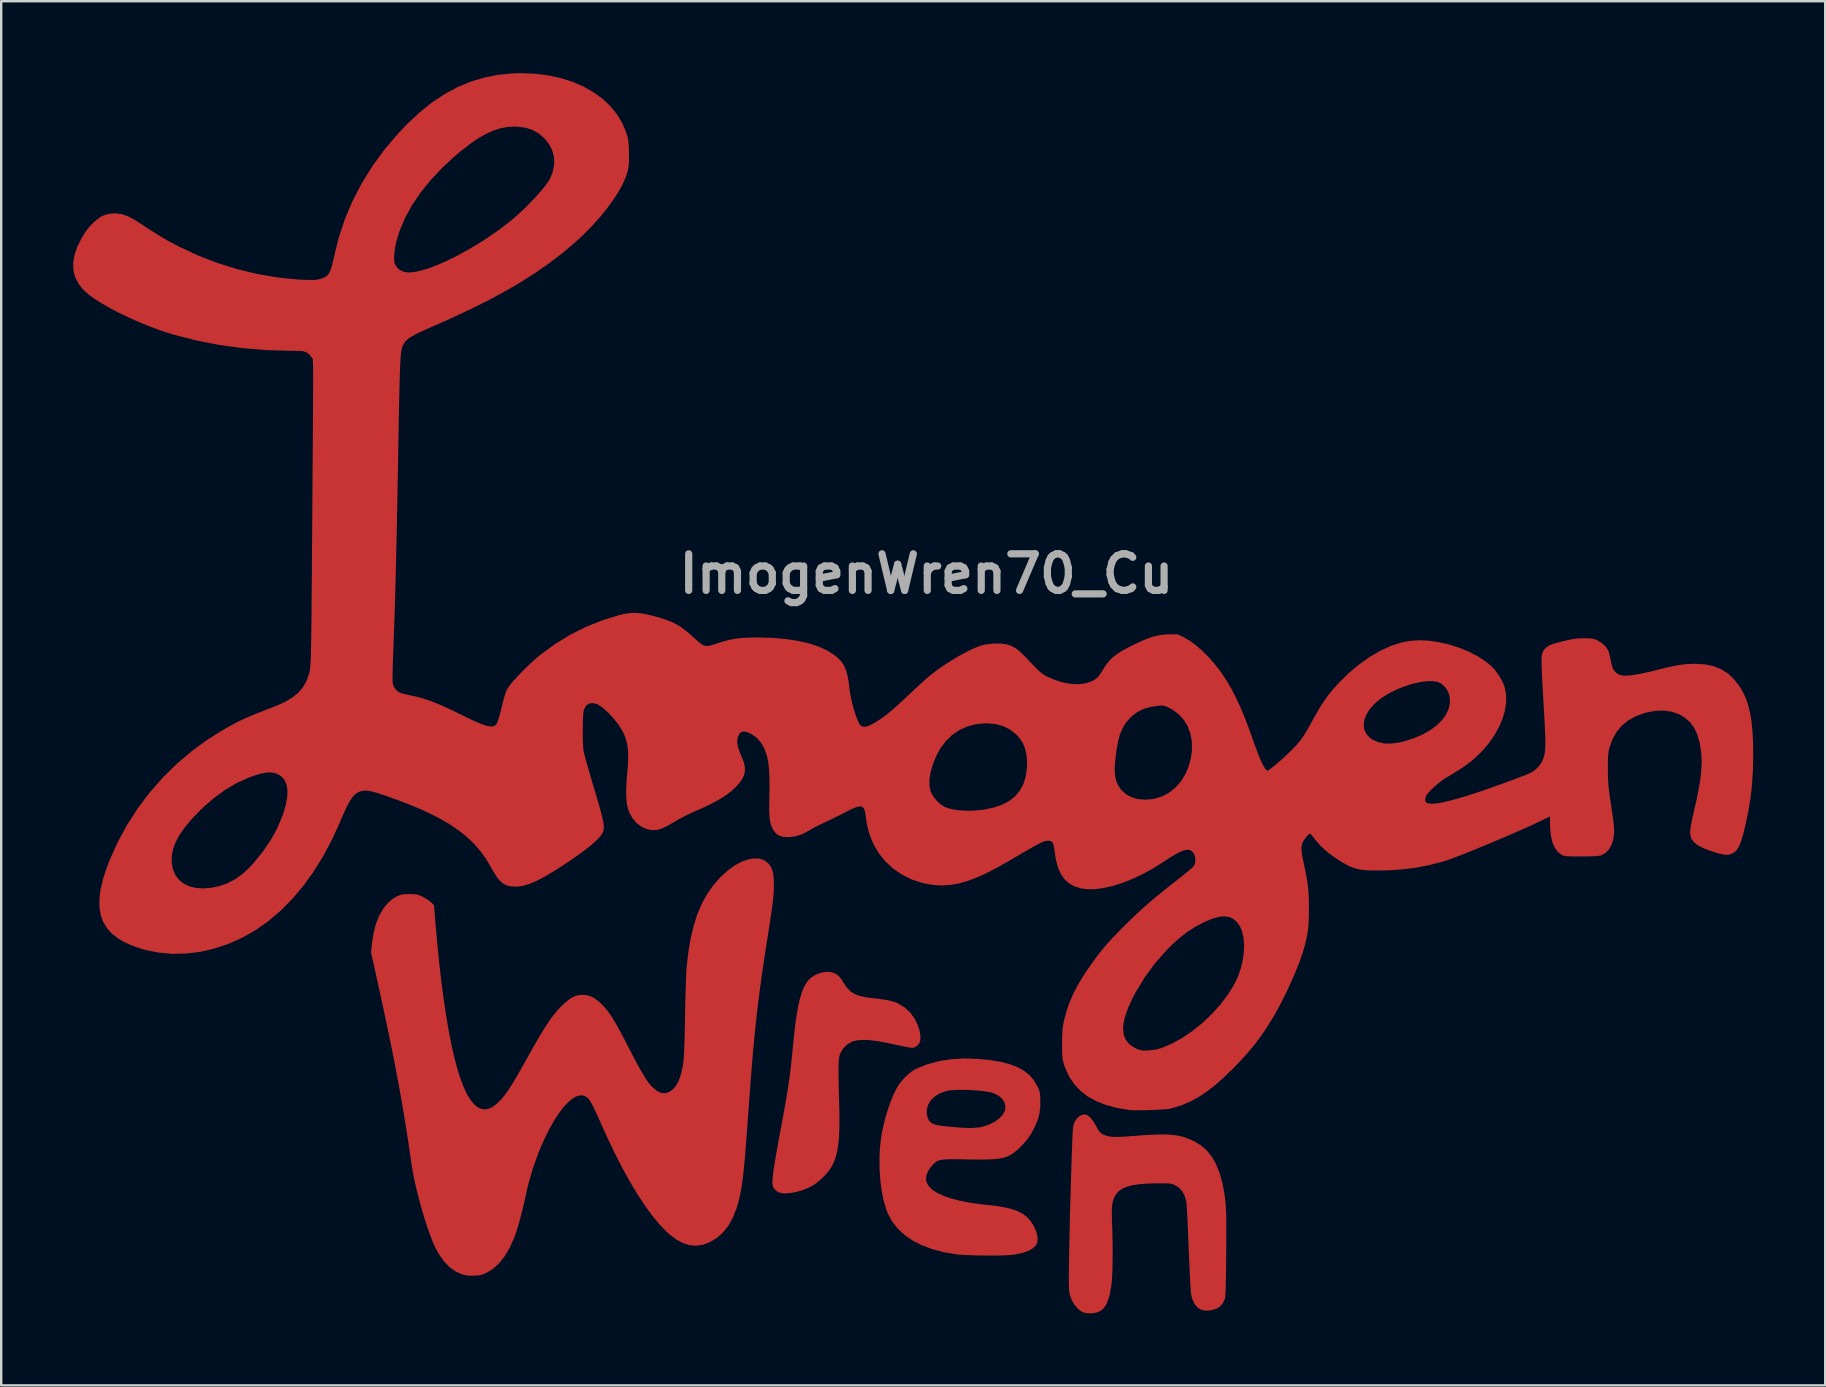
<source format=kicad_pcb>
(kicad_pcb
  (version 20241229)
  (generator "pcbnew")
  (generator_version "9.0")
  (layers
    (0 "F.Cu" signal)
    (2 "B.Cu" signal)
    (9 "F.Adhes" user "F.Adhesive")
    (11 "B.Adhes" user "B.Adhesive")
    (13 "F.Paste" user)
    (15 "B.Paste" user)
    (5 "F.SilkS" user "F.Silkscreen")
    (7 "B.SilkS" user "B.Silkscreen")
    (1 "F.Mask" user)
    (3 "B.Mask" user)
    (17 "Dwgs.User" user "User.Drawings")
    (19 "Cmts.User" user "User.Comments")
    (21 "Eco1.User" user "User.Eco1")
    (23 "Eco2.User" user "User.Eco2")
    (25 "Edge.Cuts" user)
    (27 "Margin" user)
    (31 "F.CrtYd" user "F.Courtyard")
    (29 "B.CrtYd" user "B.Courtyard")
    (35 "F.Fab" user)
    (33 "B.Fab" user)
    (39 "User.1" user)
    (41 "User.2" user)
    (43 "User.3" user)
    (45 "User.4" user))
  (footprint "ImogenWren70_Cu"
    (layer "F.Cu")
    (at 35 26.58)
    (property "Reference" "ImogenWren70_Cu" (at 0.557 -5.715 0) (layer "F.Fab") (effects (font (size 1.524 1.524) (thickness 0.3))))
    (attr board_only exclude_from_pos_files exclude_from_bom)
    (fp_poly (pts (xy -3.419 10.882) (xy -3.294 10.918) (xy -3.181 10.977) (xy -3.084 11.057) (xy -2.992 11.171) (xy -2.892 11.329) (xy -2.757 11.529) (xy -2.606 11.683) (xy -2.43 11.798) (xy -2.217 11.879) (xy -1.957 11.933) (xy -1.818 11.951) (xy -1.526 11.984) (xy -1.29 12.015) (xy -1.098 12.046) (xy -0.942 12.079) (xy -0.81 12.116) (xy -0.692 12.16) (xy -0.603 12.2) (xy -0.335 12.364) (xy -0.107 12.579) (xy 0.078 12.839) (xy 0.217 13.142) (xy 0.268 13.309) (xy 0.309 13.54) (xy 0.303 13.729) (xy 0.249 13.875) (xy 0.148 13.976) (xy 0.092 14.005) (xy 0.059 14.019) (xy 0.031 14.03) (xy -0.001 14.036) (xy -0.043 14.037) (xy -0.103 14.031) (xy -0.187 14.018) (xy -0.303 13.996) (xy -0.458 13.964) (xy -0.659 13.922) (xy -0.914 13.867) (xy -1.074 13.833) (xy -1.469 13.759) (xy -1.809 13.717) (xy -2.098 13.706) (xy -2.34 13.727) (xy -2.537 13.78) (xy -2.538 13.78) (xy -2.738 13.892) (xy -2.902 14.053) (xy -3.022 14.252) (xy -3.045 14.311) (xy -3.063 14.371) (xy -3.078 14.438) (xy -3.089 14.521) (xy -3.098 14.623) (xy -3.103 14.751) (xy -3.106 14.91) (xy -3.105 15.106) (xy -3.102 15.345) (xy -3.096 15.632) (xy -3.088 15.974) (xy -3.077 16.374) (xy -3.068 16.839) (xy -3.068 17.246) (xy -3.077 17.601) (xy -3.098 17.91) (xy -3.13 18.179) (xy -3.175 18.415) (xy -3.233 18.624) (xy -3.305 18.812) (xy -3.392 18.986) (xy -3.418 19.031) (xy -3.542 19.206) (xy -3.707 19.391) (xy -3.895 19.567) (xy -4.089 19.718) (xy -4.182 19.778) (xy -4.389 19.884) (xy -4.617 19.973) (xy -4.851 20.041) (xy -5.079 20.086) (xy -5.289 20.105) (xy -5.469 20.097) (xy -5.605 20.058) (xy -5.611 20.055) (xy -5.707 19.989) (xy -5.787 19.908) (xy -5.792 19.902) (xy -5.818 19.86) (xy -5.838 19.809) (xy -5.852 19.745) (xy -5.859 19.664) (xy -5.858 19.56) (xy -5.848 19.431) (xy -5.83 19.27) (xy -5.803 19.073) (xy -5.765 18.836) (xy -5.718 18.554) (xy -5.659 18.223) (xy -5.59 17.838) (xy -5.508 17.395) (xy -5.482 17.258) (xy -5.399 16.804) (xy -5.327 16.403) (xy -5.265 16.044) (xy -5.212 15.717) (xy -5.167 15.411) (xy -5.127 15.115) (xy -5.09 14.818) (xy -5.057 14.51) (xy -5.024 14.18) (xy -5.007 14) (xy -4.955 13.48) (xy -4.9 13.022) (xy -4.842 12.621) (xy -4.778 12.274) (xy -4.709 11.977) (xy -4.633 11.727) (xy -4.549 11.518) (xy -4.456 11.347) (xy -4.353 11.211) (xy -4.242 11.108) (xy -4.049 10.988) (xy -3.837 10.909) (xy -3.621 10.872)) (stroke (width 0) (type solid)) (fill yes) (layer "F.Cu"))
    (fp_poly (pts (xy 2.751 14.502) (xy 2.754 14.502) (xy 3.238 14.552) (xy 3.663 14.624) (xy 4.032 14.72) (xy 4.35 14.842) (xy 4.619 14.991) (xy 4.844 15.168) (xy 5.027 15.376) (xy 5.172 15.615) (xy 5.173 15.618) (xy 5.227 15.731) (xy 5.263 15.823) (xy 5.285 15.913) (xy 5.297 16.023) (xy 5.304 16.173) (xy 5.305 16.224) (xy 5.303 16.514) (xy 5.272 16.767) (xy 5.207 17.01) (xy 5.103 17.268) (xy 5.085 17.308) (xy 4.932 17.601) (xy 4.766 17.85) (xy 4.569 18.078) (xy 4.454 18.192) (xy 4.319 18.315) (xy 4.192 18.417) (xy 4.065 18.5) (xy 3.931 18.566) (xy 3.781 18.616) (xy 3.61 18.652) (xy 3.408 18.676) (xy 3.168 18.689) (xy 2.882 18.694) (xy 2.544 18.692) (xy 2.307 18.689) (xy 1.986 18.683) (xy 1.724 18.68) (xy 1.513 18.681) (xy 1.344 18.688) (xy 1.212 18.7) (xy 1.109 18.721) (xy 1.026 18.75) (xy 0.957 18.79) (xy 0.895 18.841) (xy 0.832 18.905) (xy 0.789 18.951) (xy 0.646 19.141) (xy 0.563 19.331) (xy 0.542 19.516) (xy 0.558 19.618) (xy 0.635 19.778) (xy 0.774 19.928) (xy 0.974 20.066) (xy 1.233 20.192) (xy 1.547 20.304) (xy 1.916 20.403) (xy 2.337 20.487) (xy 2.809 20.555) (xy 3.098 20.586) (xy 3.5 20.633) (xy 3.843 20.691) (xy 4.133 20.763) (xy 4.377 20.852) (xy 4.582 20.962) (xy 4.753 21.095) (xy 4.897 21.255) (xy 5.02 21.444) (xy 5.07 21.54) (xy 5.154 21.751) (xy 5.193 21.946) (xy 5.187 22.117) (xy 5.133 22.253) (xy 5.125 22.266) (xy 4.986 22.4) (xy 4.787 22.509) (xy 4.528 22.594) (xy 4.207 22.656) (xy 4.132 22.665) (xy 3.979 22.678) (xy 3.774 22.687) (xy 3.53 22.693) (xy 3.259 22.695) (xy 2.975 22.694) (xy 2.69 22.69) (xy 2.417 22.682) (xy 2.169 22.672) (xy 1.96 22.658) (xy 1.83 22.646) (xy 1.304 22.56) (xy 0.821 22.435) (xy 0.383 22.272) (xy -0.007 22.073) (xy -0.348 21.839) (xy -0.637 21.57) (xy -0.873 21.27) (xy -1.053 20.938) (xy -1.115 20.779) (xy -1.224 20.402) (xy -1.308 19.979) (xy -1.365 19.524) (xy -1.395 19.052) (xy -1.397 18.577) (xy -1.371 18.115) (xy -1.315 17.679) (xy -1.298 17.586) (xy -1.202 17.147) (xy -1.108 16.808) (xy 0.576 16.808) (xy 0.586 16.862) (xy 0.621 16.986) (xy 0.674 17.083) (xy 0.752 17.159) (xy 0.864 17.217) (xy 1.017 17.26) (xy 1.22 17.293) (xy 1.479 17.32) (xy 1.509 17.323) (xy 1.678 17.337) (xy 1.833 17.351) (xy 1.958 17.361) (xy 2.033 17.368) (xy 2.399 17.384) (xy 2.723 17.36) (xy 2.899 17.325) (xy 3.163 17.238) (xy 3.395 17.123) (xy 3.588 16.986) (xy 3.734 16.834) (xy 3.825 16.671) (xy 3.837 16.632) (xy 3.851 16.461) (xy 3.806 16.298) (xy 3.706 16.15) (xy 3.556 16.025) (xy 3.363 15.93) (xy 3.306 15.911) (xy 3.148 15.875) (xy 2.943 15.844) (xy 2.706 15.82) (xy 2.45 15.802) (xy 2.19 15.792) (xy 1.939 15.79) (xy 1.712 15.796) (xy 1.523 15.811) (xy 1.395 15.834) (xy 1.137 15.926) (xy 0.923 16.053) (xy 0.755 16.21) (xy 0.638 16.392) (xy 0.577 16.593) (xy 0.576 16.808) (xy -1.108 16.808) (xy -1.084 16.721) (xy -0.949 16.322) (xy -0.802 15.963) (xy -0.664 15.687) (xy -0.546 15.508) (xy -0.392 15.326) (xy -0.22 15.156) (xy -0.043 15.014) (xy 0.115 14.918) (xy 0.576 14.73) (xy 1.068 14.595) (xy 1.593 14.512) (xy 2.153 14.481)) (stroke (width 0) (type solid)) (fill yes) (layer "F.Cu"))
    (fp_poly (pts (xy 7.272 16.847) (xy 7.395 16.945) (xy 7.52 17.108) (xy 7.606 17.257) (xy 7.687 17.406) (xy 7.753 17.509) (xy 7.816 17.579) (xy 7.887 17.63) (xy 7.967 17.67) (xy 8.068 17.708) (xy 8.183 17.734) (xy 8.32 17.749) (xy 8.489 17.752) (xy 8.7 17.745) (xy 8.963 17.728) (xy 9.078 17.719) (xy 9.503 17.687) (xy 9.869 17.664) (xy 10.186 17.651) (xy 10.459 17.648) (xy 10.698 17.657) (xy 10.908 17.677) (xy 11.098 17.709) (xy 11.275 17.755) (xy 11.446 17.814) (xy 11.618 17.887) (xy 11.717 17.934) (xy 11.994 18.099) (xy 12.237 18.31) (xy 12.447 18.569) (xy 12.625 18.877) (xy 12.772 19.237) (xy 12.889 19.651) (xy 12.978 20.122) (xy 13.012 20.385) (xy 13.024 20.501) (xy 13.034 20.621) (xy 13.042 20.754) (xy 13.049 20.905) (xy 13.053 21.08) (xy 13.056 21.288) (xy 13.057 21.534) (xy 13.057 21.825) (xy 13.055 22.167) (xy 13.052 22.568) (xy 13.052 22.608) (xy 13.048 23.049) (xy 13.044 23.427) (xy 13.038 23.744) (xy 13.032 24.002) (xy 13.025 24.204) (xy 13.017 24.351) (xy 13.008 24.447) (xy 13 24.487) (xy 12.914 24.679) (xy 12.792 24.821) (xy 12.628 24.919) (xy 12.414 24.978) (xy 12.413 24.978) (xy 12.191 24.992) (xy 12.001 24.949) (xy 11.845 24.85) (xy 11.722 24.694) (xy 11.632 24.482) (xy 11.589 24.3) (xy 11.581 24.231) (xy 11.571 24.102) (xy 11.56 23.922) (xy 11.547 23.697) (xy 11.534 23.435) (xy 11.52 23.141) (xy 11.506 22.823) (xy 11.492 22.489) (xy 11.487 22.353) (xy 11.474 22.015) (xy 11.46 21.692) (xy 11.446 21.392) (xy 11.433 21.12) (xy 11.421 20.885) (xy 11.409 20.692) (xy 11.4 20.548) (xy 11.392 20.46) (xy 11.389 20.442) (xy 11.316 20.193) (xy 11.205 19.994) (xy 11.052 19.842) (xy 10.897 19.751) (xy 10.839 19.726) (xy 10.778 19.708) (xy 10.703 19.696) (xy 10.603 19.688) (xy 10.466 19.685) (xy 10.282 19.684) (xy 10.16 19.685) (xy 9.764 19.695) (xy 9.427 19.721) (xy 9.144 19.763) (xy 8.912 19.825) (xy 8.724 19.906) (xy 8.577 20.009) (xy 8.465 20.134) (xy 8.443 20.167) (xy 8.386 20.272) (xy 8.343 20.384) (xy 8.312 20.513) (xy 8.293 20.668) (xy 8.285 20.86) (xy 8.286 21.096) (xy 8.295 21.388) (xy 8.296 21.402) (xy 8.31 21.809) (xy 8.318 22.209) (xy 8.321 22.595) (xy 8.318 22.956) (xy 8.311 23.286) (xy 8.298 23.573) (xy 8.28 23.811) (xy 8.265 23.942) (xy 8.208 24.267) (xy 8.138 24.531) (xy 8.05 24.739) (xy 7.942 24.896) (xy 7.81 25.006) (xy 7.651 25.073) (xy 7.461 25.103) (xy 7.388 25.105) (xy 7.231 25.097) (xy 7.108 25.067) (xy 7.027 25.03) (xy 6.876 24.919) (xy 6.738 24.758) (xy 6.622 24.561) (xy 6.563 24.418) (xy 6.541 24.348) (xy 6.524 24.282) (xy 6.512 24.208) (xy 6.503 24.118) (xy 6.498 24.001) (xy 6.495 23.849) (xy 6.495 23.652) (xy 6.496 23.4) (xy 6.497 23.369) (xy 6.5 23.066) (xy 6.505 22.707) (xy 6.513 22.298) (xy 6.522 21.849) (xy 6.533 21.367) (xy 6.546 20.862) (xy 6.56 20.341) (xy 6.575 19.813) (xy 6.591 19.285) (xy 6.608 18.767) (xy 6.617 18.481) (xy 6.628 18.168) (xy 6.638 17.914) (xy 6.646 17.71) (xy 6.655 17.551) (xy 6.664 17.429) (xy 6.673 17.337) (xy 6.685 17.268) (xy 6.699 17.214) (xy 6.715 17.169) (xy 6.736 17.126) (xy 6.738 17.121) (xy 6.838 16.973) (xy 6.964 16.869) (xy 7.103 16.818) (xy 7.15 16.814)) (stroke (width 0) (type solid)) (fill yes) (layer "F.Cu"))
    (fp_poly (pts (xy -6.417 6.152) (xy -6.23 6.207) (xy -6.071 6.313) (xy -6.015 6.369) (xy -5.929 6.484) (xy -5.867 6.618) (xy -5.827 6.781) (xy -5.805 6.986) (xy -5.798 7.237) (xy -5.8 7.384) (xy -5.806 7.533) (xy -5.817 7.692) (xy -5.834 7.868) (xy -5.857 8.07) (xy -5.889 8.305) (xy -5.929 8.582) (xy -5.979 8.908) (xy -6.031 9.237) (xy -6.13 9.867) (xy -6.22 10.458) (xy -6.302 11.019) (xy -6.376 11.557) (xy -6.443 12.083) (xy -6.506 12.605) (xy -6.564 13.132) (xy -6.618 13.672) (xy -6.67 14.236) (xy -6.721 14.832) (xy -6.772 15.468) (xy -6.822 16.154) (xy -6.863 16.726) (xy -6.902 17.277) (xy -6.938 17.767) (xy -6.972 18.202) (xy -7.004 18.587) (xy -7.035 18.927) (xy -7.066 19.226) (xy -7.096 19.489) (xy -7.128 19.723) (xy -7.161 19.931) (xy -7.196 20.119) (xy -7.234 20.291) (xy -7.275 20.453) (xy -7.32 20.61) (xy -7.361 20.741) (xy -7.514 21.129) (xy -7.704 21.465) (xy -7.931 21.747) (xy -8.193 21.975) (xy -8.477 22.141) (xy -8.755 22.244) (xy -9.027 22.285) (xy -9.297 22.266) (xy -9.567 22.185) (xy -9.842 22.041) (xy -10.123 21.833) (xy -10.28 21.693) (xy -10.567 21.396) (xy -10.864 21.037) (xy -11.169 20.62) (xy -11.479 20.149) (xy -11.794 19.625) (xy -12.11 19.053) (xy -12.427 18.435) (xy -12.742 17.775) (xy -12.926 17.366) (xy -13.059 17.066) (xy -13.17 16.822) (xy -13.261 16.625) (xy -13.337 16.469) (xy -13.399 16.35) (xy -13.452 16.259) (xy -13.499 16.192) (xy -13.542 16.142) (xy -13.557 16.126) (xy -13.689 16.04) (xy -13.836 16.015) (xy -13.997 16.049) (xy -14.168 16.138) (xy -14.348 16.281) (xy -14.534 16.476) (xy -14.726 16.719) (xy -14.919 17.009) (xy -15.113 17.344) (xy -15.306 17.72) (xy -15.494 18.135) (xy -15.609 18.414) (xy -15.839 19.048) (xy -16.02 19.672) (xy -16.105 20.036) (xy -16.197 20.453) (xy -16.29 20.844) (xy -16.383 21.2) (xy -16.472 21.514) (xy -16.556 21.779) (xy -16.624 21.965) (xy -16.808 22.369) (xy -17.014 22.715) (xy -17.239 23.004) (xy -17.483 23.232) (xy -17.744 23.398) (xy -17.751 23.401) (xy -17.88 23.462) (xy -17.984 23.5) (xy -18.09 23.52) (xy -18.224 23.531) (xy -18.297 23.533) (xy -18.485 23.534) (xy -18.632 23.519) (xy -18.765 23.487) (xy -18.785 23.481) (xy -19.06 23.358) (xy -19.313 23.179) (xy -19.543 22.94) (xy -19.754 22.642) (xy -19.899 22.379) (xy -20.008 22.14) (xy -20.123 21.846) (xy -20.242 21.509) (xy -20.361 21.14) (xy -20.477 20.75) (xy -20.587 20.349) (xy -20.688 19.948) (xy -20.776 19.559) (xy -20.849 19.192) (xy -20.904 18.858) (xy -20.907 18.84) (xy -21.003 18.171) (xy -21.104 17.51) (xy -21.21 16.85) (xy -21.324 16.183) (xy -21.447 15.501) (xy -21.58 14.798) (xy -21.725 14.064) (xy -21.883 13.294) (xy -22.055 12.478) (xy -22.244 11.611) (xy -22.322 11.252) (xy -22.587 10.056) (xy -22.55 9.695) (xy -22.487 9.272) (xy -22.387 8.888) (xy -22.254 8.546) (xy -22.088 8.252) (xy -21.893 8.008) (xy -21.67 7.818) (xy -21.513 7.727) (xy -21.415 7.682) (xy -21.328 7.653) (xy -21.234 7.638) (xy -21.111 7.632) (xy -20.988 7.631) (xy -20.832 7.633) (xy -20.72 7.64) (xy -20.63 7.658) (xy -20.542 7.691) (xy -20.444 7.737) (xy -20.312 7.811) (xy -20.183 7.896) (xy -20.095 7.967) (xy -19.964 8.09) (xy -19.909 8.762) (xy -19.832 9.648) (xy -19.747 10.492) (xy -19.655 11.29) (xy -19.556 12.04) (xy -19.451 12.739) (xy -19.339 13.385) (xy -19.222 13.975) (xy -19.099 14.506) (xy -18.972 14.976) (xy -18.887 15.247) (xy -18.743 15.635) (xy -18.594 15.958) (xy -18.438 16.215) (xy -18.277 16.408) (xy -18.109 16.535) (xy -17.935 16.598) (xy -17.755 16.595) (xy -17.569 16.527) (xy -17.376 16.395) (xy -17.271 16.298) (xy -17.177 16.2) (xy -17.086 16.097) (xy -16.994 15.982) (xy -16.899 15.849) (xy -16.795 15.693) (xy -16.679 15.508) (xy -16.548 15.289) (xy -16.397 15.029) (xy -16.224 14.722) (xy -16.025 14.366) (xy -15.805 13.975) (xy -15.61 13.637) (xy -15.436 13.345) (xy -15.279 13.096) (xy -15.134 12.881) (xy -14.999 12.696) (xy -14.869 12.534) (xy -14.74 12.39) (xy -14.667 12.315) (xy -14.471 12.13) (xy -14.298 11.995) (xy -14.139 11.904) (xy -13.982 11.851) (xy -13.816 11.831) (xy -13.765 11.83) (xy -13.565 11.85) (xy -13.382 11.913) (xy -13.2 12.024) (xy -13.053 12.147) (xy -12.945 12.251) (xy -12.844 12.358) (xy -12.745 12.475) (xy -12.646 12.609) (xy -12.542 12.765) (xy -12.43 12.95) (xy -12.304 13.17) (xy -12.163 13.431) (xy -12.001 13.739) (xy -11.821 14.086) (xy -11.639 14.438) (xy -11.48 14.735) (xy -11.342 14.984) (xy -11.221 15.19) (xy -11.114 15.359) (xy -11.017 15.496) (xy -10.927 15.606) (xy -10.84 15.696) (xy -10.829 15.706) (xy -10.659 15.841) (xy -10.503 15.916) (xy -10.353 15.933) (xy -10.202 15.895) (xy -10.16 15.875) (xy -10.004 15.766) (xy -9.872 15.609) (xy -9.761 15.4) (xy -9.671 15.135) (xy -9.598 14.811) (xy -9.581 14.71) (xy -9.568 14.607) (xy -9.556 14.476) (xy -9.545 14.311) (xy -9.535 14.107) (xy -9.526 13.86) (xy -9.518 13.562) (xy -9.51 13.211) (xy -9.502 12.799) (xy -9.501 12.744) (xy -9.495 12.406) (xy -9.488 12.076) (xy -9.48 11.761) (xy -9.471 11.47) (xy -9.463 11.211) (xy -9.454 10.993) (xy -9.446 10.823) (xy -9.438 10.712) (xy -9.367 10.071) (xy -9.269 9.488) (xy -9.143 8.957) (xy -8.989 8.474) (xy -8.803 8.036) (xy -8.585 7.638) (xy -8.333 7.276) (xy -8.046 6.946) (xy -7.999 6.898) (xy -7.712 6.639) (xy -7.421 6.431) (xy -7.132 6.277) (xy -6.852 6.18) (xy -6.642 6.147)) (stroke (width 0) (type solid)) (fill yes) (layer "F.Cu"))
    (fp_poly (pts (xy -15.746 -26.556) (xy -15.196 -26.487) (xy -14.675 -26.373) (xy -14.185 -26.218) (xy -13.732 -26.022) (xy -13.318 -25.788) (xy -12.946 -25.518) (xy -12.621 -25.214) (xy -12.345 -24.878) (xy -12.122 -24.511) (xy -11.96 -24.13) (xy -11.918 -24.001) (xy -11.888 -23.893) (xy -11.868 -23.789) (xy -11.854 -23.672) (xy -11.846 -23.525) (xy -11.84 -23.332) (xy -11.839 -23.302) (xy -11.836 -23.053) (xy -11.84 -22.855) (xy -11.854 -22.694) (xy -11.876 -22.558) (xy -11.959 -22.277) (xy -12.094 -21.968) (xy -12.276 -21.635) (xy -12.502 -21.286) (xy -12.766 -20.926) (xy -13.065 -20.56) (xy -13.395 -20.194) (xy -13.752 -19.835) (xy -14.12 -19.497) (xy -14.627 -19.07) (xy -15.165 -18.66) (xy -15.736 -18.261) (xy -16.346 -17.872) (xy -17.001 -17.49) (xy -17.703 -17.112) (xy -18.459 -16.735) (xy -19.274 -16.355) (xy -19.681 -16.174) (xy -20.015 -16.027) (xy -20.294 -15.903) (xy -20.524 -15.797) (xy -20.711 -15.706) (xy -20.859 -15.627) (xy -20.975 -15.557) (xy -21.065 -15.492) (xy -21.132 -15.429) (xy -21.184 -15.364) (xy -21.226 -15.294) (xy -21.264 -15.215) (xy -21.271 -15.199) (xy -21.288 -15.155) (xy -21.303 -15.105) (xy -21.317 -15.044) (xy -21.33 -14.969) (xy -21.341 -14.876) (xy -21.352 -14.762) (xy -21.361 -14.622) (xy -21.371 -14.454) (xy -21.379 -14.253) (xy -21.388 -14.016) (xy -21.396 -13.739) (xy -21.404 -13.419) (xy -21.412 -13.051) (xy -21.421 -12.633) (xy -21.43 -12.16) (xy -21.44 -11.63) (xy -21.45 -11.037) (xy -21.45 -11.012) (xy -21.464 -10.213) (xy -21.478 -9.474) (xy -21.49 -8.789) (xy -21.503 -8.155) (xy -21.515 -7.564) (xy -21.526 -7.013) (xy -21.538 -6.496) (xy -21.55 -6.006) (xy -21.561 -5.54) (xy -21.574 -5.092) (xy -21.586 -4.656) (xy -21.599 -4.228) (xy -21.613 -3.801) (xy -21.628 -3.371) (xy -21.644 -2.932) (xy -21.66 -2.479) (xy -21.668 -2.278) (xy -21.677 -2.02) (xy -21.684 -1.778) (xy -21.688 -1.562) (xy -21.69 -1.38) (xy -21.689 -1.242) (xy -21.686 -1.157) (xy -21.684 -1.14) (xy -21.63 -0.999) (xy -21.531 -0.868) (xy -21.407 -0.773) (xy -21.402 -0.771) (xy -21.334 -0.745) (xy -21.218 -0.713) (xy -21.074 -0.678) (xy -20.956 -0.654) (xy -20.705 -0.599) (xy -20.461 -0.534) (xy -20.213 -0.455) (xy -19.952 -0.358) (xy -19.669 -0.241) (xy -19.353 -0.098) (xy -18.997 0.073) (xy -18.78 0.18) (xy -18.462 0.335) (xy -18.195 0.458) (xy -17.975 0.549) (xy -17.795 0.61) (xy -17.651 0.642) (xy -17.538 0.647) (xy -17.451 0.625) (xy -17.385 0.577) (xy -17.354 0.539) (xy -17.322 0.471) (xy -17.281 0.353) (xy -17.235 0.202) (xy -17.189 0.031) (xy -17.177 -0.018) (xy -17.118 -0.261) (xy -17.071 -0.45) (xy -17.032 -0.596) (xy -16.998 -0.707) (xy -16.966 -0.795) (xy -16.932 -0.869) (xy -16.892 -0.939) (xy -16.845 -1.015) (xy -16.843 -1.018) (xy -16.764 -1.125) (xy -16.644 -1.265) (xy -16.493 -1.43) (xy -16.321 -1.609) (xy -16.136 -1.794) (xy -15.948 -1.974) (xy -15.766 -2.141) (xy -15.599 -2.285) (xy -15.535 -2.338) (xy -14.916 -2.791) (xy -14.272 -3.185) (xy -13.601 -3.519) (xy -12.898 -3.796) (xy -12.23 -4) (xy -11.996 -4.053) (xy -11.776 -4.083) (xy -11.556 -4.088) (xy -11.324 -4.067) (xy -11.066 -4.02) (xy -10.768 -3.946) (xy -10.599 -3.898) (xy -10.311 -3.807) (xy -10.068 -3.714) (xy -9.852 -3.609) (xy -9.649 -3.483) (xy -9.442 -3.327) (xy -9.217 -3.132) (xy -9.127 -3.049) (xy -8.969 -2.905) (xy -8.844 -2.803) (xy -8.738 -2.739) (xy -8.637 -2.71) (xy -8.526 -2.712) (xy -8.391 -2.742) (xy -8.219 -2.797) (xy -8.175 -2.812) (xy -7.915 -2.894) (xy -7.681 -2.957) (xy -7.455 -3.003) (xy -7.223 -3.035) (xy -6.968 -3.053) (xy -6.676 -3.062) (xy -6.44 -3.063) (xy -5.85 -3.046) (xy -5.301 -2.999) (xy -4.796 -2.922) (xy -4.338 -2.817) (xy -3.931 -2.683) (xy -3.578 -2.521) (xy -3.285 -2.335) (xy -3.112 -2.192) (xy -2.974 -2.042) (xy -2.867 -1.876) (xy -2.785 -1.682) (xy -2.724 -1.451) (xy -2.677 -1.171) (xy -2.656 -0.983) (xy -2.628 -0.775) (xy -2.586 -0.551) (xy -2.533 -0.321) (xy -2.472 -0.094) (xy -2.407 0.119) (xy -2.339 0.307) (xy -2.274 0.461) (xy -2.213 0.57) (xy -2.162 0.623) (xy -2.07 0.655) (xy -1.964 0.653) (xy -1.837 0.615) (xy -1.68 0.539) (xy -1.487 0.422) (xy -1.386 0.355) (xy -1.237 0.252) (xy -1.087 0.138) (xy -0.926 0.007) (xy -0.747 -0.147) (xy -0.544 -0.33) (xy -0.308 -0.549) (xy -0.114 -0.732) (xy 0.063 -0.898) (xy 0.241 -1.063) (xy 0.409 -1.216) (xy 0.557 -1.348) (xy 0.673 -1.448) (xy 0.704 -1.474) (xy 0.97 -1.68) (xy 1.265 -1.887) (xy 1.575 -2.089) (xy 1.89 -2.277) (xy 2.196 -2.445) (xy 2.483 -2.587) (xy 2.737 -2.694) (xy 2.819 -2.722) (xy 3.038 -2.775) (xy 3.312 -2.806) (xy 3.376 -2.809) (xy 3.648 -2.811) (xy 3.879 -2.783) (xy 4.084 -2.721) (xy 4.275 -2.618) (xy 4.466 -2.468) (xy 4.672 -2.265) (xy 4.687 -2.25) (xy 4.881 -2.043) (xy 5.039 -1.879) (xy 5.167 -1.75) (xy 5.273 -1.652) (xy 5.363 -1.576) (xy 5.444 -1.517) (xy 5.524 -1.469) (xy 5.592 -1.433) (xy 5.937 -1.284) (xy 6.278 -1.181) (xy 6.608 -1.125) (xy 6.92 -1.117) (xy 7.206 -1.156) (xy 7.458 -1.243) (xy 7.543 -1.289) (xy 7.63 -1.346) (xy 7.702 -1.411) (xy 7.772 -1.498) (xy 7.853 -1.621) (xy 7.901 -1.7) (xy 8.017 -1.883) (xy 8.136 -2.041) (xy 8.266 -2.18) (xy 8.415 -2.309) (xy 8.593 -2.434) (xy 8.808 -2.561) (xy 9.07 -2.698) (xy 9.317 -2.819) (xy 9.612 -2.953) (xy 9.867 -3.053) (xy 10.098 -3.123) (xy 10.318 -3.167) (xy 10.541 -3.189) (xy 10.67 -3.192) (xy 11.033 -3.195) (xy 11.31 -3.058) (xy 11.541 -2.922) (xy 11.792 -2.736) (xy 12.051 -2.51) (xy 12.31 -2.254) (xy 12.558 -1.976) (xy 12.785 -1.687) (xy 12.803 -1.662) (xy 13.035 -1.319) (xy 13.253 -0.954) (xy 13.459 -0.557) (xy 13.66 -0.121) (xy 13.859 0.363) (xy 14.041 0.852) (xy 14.153 1.165) (xy 14.246 1.423) (xy 14.324 1.633) (xy 14.388 1.803) (xy 14.441 1.938) (xy 14.487 2.048) (xy 14.528 2.138) (xy 14.566 2.216) (xy 14.603 2.284) (xy 14.665 2.385) (xy 14.72 2.459) (xy 14.757 2.491) (xy 14.759 2.491) (xy 14.81 2.469) (xy 14.899 2.408) (xy 15.019 2.315) (xy 15.164 2.195) (xy 15.323 2.056) (xy 15.491 1.905) (xy 15.659 1.747) (xy 15.736 1.671) (xy 15.878 1.529) (xy 15.999 1.4) (xy 16.105 1.275) (xy 16.205 1.143) (xy 16.304 0.995) (xy 16.411 0.819) (xy 16.532 0.607) (xy 16.556 0.564) (xy 18.782 0.564) (xy 18.804 0.76) (xy 18.881 0.939) (xy 19.012 1.094) (xy 19.153 1.196) (xy 19.385 1.3) (xy 19.645 1.354) (xy 19.935 1.359) (xy 20.262 1.313) (xy 20.477 1.262) (xy 20.868 1.138) (xy 21.222 0.987) (xy 21.535 0.812) (xy 21.803 0.617) (xy 22.024 0.406) (xy 22.195 0.182) (xy 22.311 -0.053) (xy 22.371 -0.294) (xy 22.371 -0.538) (xy 22.333 -0.709) (xy 22.254 -0.882) (xy 22.138 -1.034) (xy 22.001 -1.15) (xy 21.872 -1.21) (xy 21.656 -1.243) (xy 21.4 -1.239) (xy 21.114 -1.2) (xy 20.809 -1.129) (xy 20.494 -1.03) (xy 20.182 -0.907) (xy 19.882 -0.761) (xy 19.605 -0.596) (xy 19.458 -0.491) (xy 19.221 -0.288) (xy 19.035 -0.075) (xy 18.899 0.142) (xy 18.814 0.356) (xy 18.782 0.564) (xy 16.556 0.564) (xy 16.675 0.348) (xy 16.695 0.311) (xy 16.9 -0.052) (xy 17.098 -0.367) (xy 17.298 -0.65) (xy 17.512 -0.915) (xy 17.747 -1.175) (xy 18.164 -1.582) (xy 18.594 -1.941) (xy 19.031 -2.251) (xy 19.471 -2.507) (xy 19.909 -2.707) (xy 20.34 -2.849) (xy 20.681 -2.919) (xy 21.063 -2.948) (xy 21.472 -2.931) (xy 21.898 -2.871) (xy 22.329 -2.773) (xy 22.754 -2.639) (xy 23.159 -2.474) (xy 23.535 -2.28) (xy 23.869 -2.062) (xy 24.099 -1.872) (xy 24.263 -1.694) (xy 24.417 -1.481) (xy 24.549 -1.254) (xy 24.642 -1.038) (xy 24.653 -1.005) (xy 24.715 -0.695) (xy 24.719 -0.366) (xy 24.669 -0.024) (xy 24.567 0.326) (xy 24.417 0.677) (xy 24.221 1.025) (xy 23.983 1.363) (xy 23.705 1.686) (xy 23.391 1.988) (xy 23.044 2.264) (xy 22.764 2.45) (xy 22.6 2.55) (xy 22.413 2.664) (xy 22.239 2.77) (xy 22.199 2.794) (xy 22.045 2.897) (xy 21.884 3.022) (xy 21.726 3.158) (xy 21.584 3.294) (xy 21.468 3.421) (xy 21.391 3.526) (xy 21.372 3.564) (xy 21.347 3.661) (xy 21.348 3.749) (xy 21.349 3.751) (xy 21.392 3.816) (xy 21.484 3.855) (xy 21.625 3.867) (xy 21.817 3.852) (xy 22.062 3.811) (xy 22.361 3.742) (xy 22.715 3.646) (xy 23.126 3.522) (xy 23.441 3.421) (xy 23.656 3.349) (xy 23.904 3.264) (xy 24.173 3.169) (xy 24.454 3.068) (xy 24.734 2.966) (xy 25.003 2.867) (xy 25.249 2.774) (xy 25.462 2.692) (xy 25.63 2.625) (xy 25.701 2.595) (xy 25.887 2.486) (xy 26.053 2.339) (xy 26.18 2.171) (xy 26.201 2.132) (xy 26.246 2.036) (xy 26.282 1.939) (xy 26.311 1.836) (xy 26.332 1.718) (xy 26.346 1.58) (xy 26.352 1.416) (xy 26.352 1.217) (xy 26.346 0.978) (xy 26.334 0.692) (xy 26.316 0.352) (xy 26.299 0.066) (xy 26.272 -0.393) (xy 26.249 -0.79) (xy 26.23 -1.132) (xy 26.214 -1.422) (xy 26.203 -1.666) (xy 26.197 -1.868) (xy 26.194 -2.032) (xy 26.195 -2.165) (xy 26.201 -2.269) (xy 26.212 -2.351) (xy 26.226 -2.415) (xy 26.245 -2.465) (xy 26.269 -2.506) (xy 26.297 -2.544) (xy 26.326 -2.577) (xy 26.387 -2.641) (xy 26.45 -2.693) (xy 26.527 -2.737) (xy 26.629 -2.778) (xy 26.766 -2.821) (xy 26.949 -2.87) (xy 27.095 -2.907) (xy 27.305 -2.957) (xy 27.472 -2.992) (xy 27.616 -3.014) (xy 27.759 -3.025) (xy 27.92 -3.029) (xy 27.956 -3.03) (xy 28.126 -3.029) (xy 28.248 -3.024) (xy 28.34 -3.011) (xy 28.42 -2.987) (xy 28.505 -2.951) (xy 28.516 -2.946) (xy 28.708 -2.83) (xy 28.864 -2.683) (xy 28.971 -2.519) (xy 28.988 -2.479) (xy 29.018 -2.381) (xy 29.051 -2.245) (xy 29.081 -2.096) (xy 29.086 -2.066) (xy 29.125 -1.884) (xy 29.174 -1.751) (xy 29.244 -1.65) (xy 29.342 -1.565) (xy 29.365 -1.549) (xy 29.454 -1.505) (xy 29.568 -1.479) (xy 29.713 -1.471) (xy 29.894 -1.482) (xy 30.116 -1.513) (xy 30.384 -1.564) (xy 30.703 -1.635) (xy 31.079 -1.728) (xy 31.103 -1.734) (xy 31.423 -1.813) (xy 31.696 -1.873) (xy 31.933 -1.916) (xy 32.149 -1.945) (xy 32.357 -1.961) (xy 32.57 -1.966) (xy 32.597 -1.966) (xy 32.993 -1.943) (xy 33.347 -1.871) (xy 33.663 -1.748) (xy 33.946 -1.573) (xy 34.199 -1.342) (xy 34.426 -1.055) (xy 34.443 -1.031) (xy 34.586 -0.79) (xy 34.707 -0.53) (xy 34.806 -0.244) (xy 34.884 0.074) (xy 34.943 0.43) (xy 34.983 0.831) (xy 35.007 1.283) (xy 35.015 1.792) (xy 35.015 1.835) (xy 35.003 2.474) (xy 34.965 3.072) (xy 34.9 3.648) (xy 34.804 4.224) (xy 34.676 4.818) (xy 34.636 4.982) (xy 34.564 5.253) (xy 34.496 5.467) (xy 34.427 5.633) (xy 34.354 5.758) (xy 34.272 5.85) (xy 34.176 5.918) (xy 34.149 5.933) (xy 34.039 5.977) (xy 33.925 5.994) (xy 33.79 5.983) (xy 33.617 5.945) (xy 33.563 5.931) (xy 33.213 5.823) (xy 32.928 5.711) (xy 32.706 5.594) (xy 32.547 5.472) (xy 32.451 5.344) (xy 32.444 5.33) (xy 32.412 5.246) (xy 32.393 5.155) (xy 32.388 5.049) (xy 32.397 4.918) (xy 32.421 4.754) (xy 32.462 4.548) (xy 32.519 4.29) (xy 32.544 4.184) (xy 32.646 3.734) (xy 32.727 3.338) (xy 32.789 2.988) (xy 32.832 2.675) (xy 32.857 2.393) (xy 32.866 2.132) (xy 32.859 1.885) (xy 32.844 1.71) (xy 32.783 1.321) (xy 32.687 0.986) (xy 32.553 0.702) (xy 32.381 0.467) (xy 32.168 0.277) (xy 31.939 0.143) (xy 31.632 0.033) (xy 31.306 -0.018) (xy 30.958 -0.009) (xy 30.586 0.059) (xy 30.481 0.087) (xy 30.116 0.221) (xy 29.8 0.397) (xy 29.534 0.616) (xy 29.316 0.88) (xy 29.145 1.188) (xy 29.02 1.542) (xy 29.017 1.557) (xy 28.994 1.654) (xy 28.978 1.758) (xy 28.967 1.882) (xy 28.961 2.037) (xy 28.958 2.236) (xy 28.958 2.425) (xy 28.961 2.665) (xy 28.967 2.869) (xy 28.978 3.055) (xy 28.996 3.244) (xy 29.022 3.454) (xy 29.058 3.705) (xy 29.068 3.769) (xy 29.102 3.997) (xy 29.135 4.223) (xy 29.164 4.431) (xy 29.188 4.607) (xy 29.204 4.736) (xy 29.206 4.752) (xy 29.218 5.054) (xy 29.188 5.327) (xy 29.117 5.564) (xy 29.009 5.762) (xy 28.865 5.912) (xy 28.689 6.012) (xy 28.647 6.026) (xy 28.567 6.039) (xy 28.429 6.05) (xy 28.242 6.058) (xy 28.014 6.062) (xy 27.845 6.063) (xy 27.612 6.063) (xy 27.435 6.06) (xy 27.304 6.056) (xy 27.209 6.048) (xy 27.139 6.036) (xy 27.086 6.019) (xy 27.046 6.001) (xy 26.879 5.879) (xy 26.746 5.702) (xy 26.647 5.47) (xy 26.581 5.185) (xy 26.55 4.848) (xy 26.547 4.702) (xy 26.547 4.396) (xy 26.033 4.642) (xy 25.798 4.752) (xy 25.526 4.876) (xy 25.224 5.009) (xy 24.902 5.15) (xy 24.564 5.295) (xy 24.22 5.44) (xy 23.877 5.584) (xy 23.541 5.722) (xy 23.221 5.852) (xy 22.923 5.971) (xy 22.655 6.075) (xy 22.425 6.162) (xy 22.24 6.228) (xy 22.107 6.27) (xy 22.106 6.271) (xy 21.546 6.416) (xy 21.012 6.522) (xy 20.481 6.593) (xy 19.931 6.634) (xy 19.681 6.642) (xy 19.343 6.648) (xy 19.059 6.645) (xy 18.818 6.631) (xy 18.609 6.603) (xy 18.42 6.558) (xy 18.242 6.494) (xy 18.061 6.407) (xy 17.869 6.296) (xy 17.652 6.158) (xy 17.633 6.145) (xy 17.295 5.9) (xy 17.014 5.652) (xy 16.782 5.39) (xy 16.744 5.34) (xy 16.665 5.237) (xy 16.599 5.159) (xy 16.557 5.117) (xy 16.549 5.113) (xy 16.503 5.138) (xy 16.435 5.202) (xy 16.359 5.289) (xy 16.29 5.383) (xy 16.253 5.447) (xy 16.213 5.544) (xy 16.192 5.652) (xy 16.19 5.783) (xy 16.207 5.947) (xy 16.243 6.154) (xy 16.283 6.342) (xy 16.353 6.674) (xy 16.407 6.961) (xy 16.447 7.22) (xy 16.474 7.467) (xy 16.49 7.722) (xy 16.498 8) (xy 16.5 8.243) (xy 16.497 8.551) (xy 16.487 8.811) (xy 16.469 9.041) (xy 16.44 9.258) (xy 16.397 9.48) (xy 16.339 9.724) (xy 16.304 9.859) (xy 16.223 10.131) (xy 16.111 10.446) (xy 15.974 10.794) (xy 15.817 11.162) (xy 15.647 11.539) (xy 15.467 11.913) (xy 15.282 12.273) (xy 15.1 12.607) (xy 14.987 12.798) (xy 14.741 13.193) (xy 14.5 13.549) (xy 14.252 13.882) (xy 13.984 14.206) (xy 13.686 14.538) (xy 13.346 14.892) (xy 12.953 15.273) (xy 12.581 15.6) (xy 12.225 15.875) (xy 11.877 16.103) (xy 11.533 16.288) (xy 11.184 16.434) (xy 10.826 16.545) (xy 10.717 16.572) (xy 10.622 16.587) (xy 10.474 16.6) (xy 10.287 16.613) (xy 10.074 16.623) (xy 9.849 16.632) (xy 9.623 16.638) (xy 9.412 16.64) (xy 9.227 16.639) (xy 9.082 16.634) (xy 9.013 16.628) (xy 8.5 16.543) (xy 8.04 16.421) (xy 7.632 16.26) (xy 7.275 16.06) (xy 6.968 15.821) (xy 6.71 15.542) (xy 6.5 15.221) (xy 6.336 14.858) (xy 6.287 14.716) (xy 6.26 14.621) (xy 6.24 14.533) (xy 6.226 14.439) (xy 6.218 14.325) (xy 6.214 14.178) (xy 6.212 13.986) (xy 6.213 13.863) (xy 6.215 13.623) (xy 6.221 13.432) (xy 6.23 13.299) (xy 8.756 13.299) (xy 8.793 13.532) (xy 8.882 13.73) (xy 9.025 13.895) (xy 9.22 14.028) (xy 9.328 14.08) (xy 9.432 14.12) (xy 9.523 14.143) (xy 9.625 14.151) (xy 9.76 14.149) (xy 9.816 14.146) (xy 10.143 14.106) (xy 10.34 14.051) (xy 10.773 13.87) (xy 11.207 13.632) (xy 11.634 13.344) (xy 12.047 13.013) (xy 12.435 12.648) (xy 12.792 12.256) (xy 13.107 11.843) (xy 13.373 11.419) (xy 13.391 11.385) (xy 13.54 11.073) (xy 13.655 10.747) (xy 13.736 10.416) (xy 13.784 10.088) (xy 13.797 9.772) (xy 13.776 9.476) (xy 13.72 9.209) (xy 13.628 8.98) (xy 13.501 8.796) (xy 13.493 8.788) (xy 13.344 8.663) (xy 13.177 8.586) (xy 12.986 8.557) (xy 12.766 8.576) (xy 12.513 8.644) (xy 12.223 8.759) (xy 12.102 8.815) (xy 11.756 8.999) (xy 11.43 9.209) (xy 11.113 9.454) (xy 10.791 9.745) (xy 10.568 9.968) (xy 10.089 10.51) (xy 9.66 11.094) (xy 9.284 11.713) (xy 9.131 12.006) (xy 8.959 12.386) (xy 8.839 12.728) (xy 8.771 13.032) (xy 8.756 13.299) (xy 6.23 13.299) (xy 6.231 13.276) (xy 6.248 13.139) (xy 6.271 13.006) (xy 6.286 12.935) (xy 6.389 12.537) (xy 6.517 12.159) (xy 6.678 11.786) (xy 6.877 11.407) (xy 7.12 11.007) (xy 7.241 10.824) (xy 7.452 10.518) (xy 7.652 10.243) (xy 7.854 9.985) (xy 8.066 9.734) (xy 8.301 9.475) (xy 8.567 9.197) (xy 8.807 8.956) (xy 9.068 8.699) (xy 9.311 8.466) (xy 9.547 8.248) (xy 9.786 8.036) (xy 10.038 7.821) (xy 10.313 7.595) (xy 10.622 7.347) (xy 10.958 7.083) (xy 11.141 6.939) (xy 11.31 6.803) (xy 11.458 6.682) (xy 11.576 6.583) (xy 11.656 6.512) (xy 11.685 6.482) (xy 11.747 6.366) (xy 11.768 6.226) (xy 11.753 6.081) (xy 11.704 5.949) (xy 11.626 5.846) (xy 11.553 5.801) (xy 11.46 5.783) (xy 11.349 5.793) (xy 11.214 5.836) (xy 11.048 5.912) (xy 10.848 6.025) (xy 10.606 6.176) (xy 10.441 6.285) (xy 10.013 6.556) (xy 9.581 6.793) (xy 9.151 6.996) (xy 8.729 7.163) (xy 8.322 7.292) (xy 7.936 7.38) (xy 7.577 7.427) (xy 7.251 7.428) (xy 6.988 7.39) (xy 6.726 7.306) (xy 6.504 7.183) (xy 6.319 7.018) (xy 6.169 6.808) (xy 6.051 6.547) (xy 5.963 6.234) (xy 5.901 5.864) (xy 5.899 5.841) (xy 5.873 5.663) (xy 5.843 5.54) (xy 5.801 5.463) (xy 5.742 5.422) (xy 5.661 5.408) (xy 5.636 5.408) (xy 5.589 5.409) (xy 5.541 5.415) (xy 5.488 5.427) (xy 5.425 5.449) (xy 5.347 5.483) (xy 5.248 5.532) (xy 5.123 5.599) (xy 4.967 5.685) (xy 4.775 5.795) (xy 4.543 5.929) (xy 4.264 6.092) (xy 3.934 6.286) (xy 3.933 6.286) (xy 3.451 6.558) (xy 3.008 6.784) (xy 2.598 6.965) (xy 2.216 7.103) (xy 1.855 7.199) (xy 1.51 7.255) (xy 1.174 7.271) (xy 0.842 7.251) (xy 0.509 7.194) (xy 0.379 7.163) (xy -0.058 7.019) (xy -0.459 6.822) (xy -0.82 6.576) (xy -1.138 6.285) (xy -1.411 5.951) (xy -1.634 5.579) (xy -1.805 5.171) (xy -1.922 4.732) (xy -1.963 4.455) (xy -1.987 4.275) (xy -2.018 4.137) (xy -2.062 4.043) (xy -2.125 3.989) (xy -2.214 3.975) (xy -2.335 3.999) (xy -2.495 4.06) (xy -2.699 4.158) (xy -2.905 4.264) (xy -3.102 4.365) (xy -3.322 4.474) (xy -3.537 4.578) (xy -3.722 4.664) (xy -3.724 4.665) (xy -3.895 4.746) (xy -4.066 4.832) (xy -4.217 4.914) (xy -4.32 4.975) (xy -4.619 5.135) (xy -4.92 5.229) (xy -5.211 5.259) (xy -5.421 5.243) (xy -5.584 5.193) (xy -5.713 5.103) (xy -5.818 4.965) (xy -5.831 4.942) (xy -5.885 4.836) (xy -5.927 4.722) (xy -5.958 4.591) (xy -5.978 4.434) (xy -5.99 4.243) (xy -5.994 4.008) (xy -5.99 3.722) (xy -5.986 3.556) (xy -5.979 3.116) (xy -5.983 2.846) (xy 0.684 2.846) (xy 0.685 3.114) (xy 0.733 3.345) (xy 0.762 3.416) (xy 0.863 3.587) (xy 1.001 3.753) (xy 1.158 3.896) (xy 1.316 3.997) (xy 1.334 4.005) (xy 1.555 4.078) (xy 1.825 4.129) (xy 2.132 4.154) (xy 2.462 4.155) (xy 2.804 4.13) (xy 2.945 4.111) (xy 3.353 4.029) (xy 3.708 3.908) (xy 4.01 3.749) (xy 4.26 3.55) (xy 4.458 3.312) (xy 4.605 3.034) (xy 4.701 2.715) (xy 4.725 2.525) (xy 8.407 2.525) (xy 8.427 2.739) (xy 8.472 2.925) (xy 8.537 3.08) (xy 8.681 3.293) (xy 8.87 3.464) (xy 9.098 3.59) (xy 9.36 3.669) (xy 9.65 3.698) (xy 9.962 3.675) (xy 10.078 3.654) (xy 10.392 3.555) (xy 10.679 3.4) (xy 10.936 3.194) (xy 11.159 2.941) (xy 11.343 2.647) (xy 11.485 2.317) (xy 11.582 1.956) (xy 11.625 1.626) (xy 11.621 1.275) (xy 11.56 0.945) (xy 11.447 0.641) (xy 11.283 0.37) (xy 11.072 0.136) (xy 10.818 -0.054) (xy 10.7 -0.118) (xy 10.575 -0.178) (xy 10.485 -0.212) (xy 10.404 -0.226) (xy 10.309 -0.224) (xy 10.222 -0.217) (xy 9.892 -0.169) (xy 9.61 -0.086) (xy 9.364 0.035) (xy 9.141 0.201) (xy 9.045 0.292) (xy 8.902 0.452) (xy 8.784 0.625) (xy 8.686 0.818) (xy 8.605 1.04) (xy 8.539 1.302) (xy 8.484 1.611) (xy 8.438 1.964) (xy 8.411 2.27) (xy 8.407 2.525) (xy 4.725 2.525) (xy 4.747 2.354) (xy 4.752 2.182) (xy 4.733 1.854) (xy 4.673 1.571) (xy 4.571 1.325) (xy 4.421 1.105) (xy 4.294 0.97) (xy 4.042 0.773) (xy 3.755 0.631) (xy 3.435 0.545) (xy 3.078 0.514) (xy 3.032 0.514) (xy 2.641 0.547) (xy 2.277 0.64) (xy 1.941 0.79) (xy 1.636 0.996) (xy 1.367 1.256) (xy 1.135 1.566) (xy 0.967 1.877) (xy 0.826 2.223) (xy 0.732 2.548) (xy 0.684 2.846) (xy -5.983 2.846) (xy -5.985 2.737) (xy -6.002 2.413) (xy -6.032 2.141) (xy -6.076 1.917) (xy -6.081 1.895) (xy -6.186 1.585) (xy -6.328 1.328) (xy -6.508 1.123) (xy -6.728 0.966) (xy -6.746 0.956) (xy -6.92 0.878) (xy -7.059 0.852) (xy -7.165 0.88) (xy -7.245 0.964) (xy -7.303 1.107) (xy -7.322 1.185) (xy -7.326 1.319) (xy -7.293 1.497) (xy -7.225 1.709) (xy -7.138 1.915) (xy -7.043 2.161) (xy -7.002 2.38) (xy -7.015 2.582) (xy -7.086 2.778) (xy -7.215 2.978) (xy -7.347 3.131) (xy -7.541 3.316) (xy -7.772 3.495) (xy -8.046 3.671) (xy -8.369 3.849) (xy -8.747 4.032) (xy -9.062 4.171) (xy -9.259 4.259) (xy -9.462 4.356) (xy -9.651 4.452) (xy -9.806 4.537) (xy -9.849 4.563) (xy -10.101 4.713) (xy -10.311 4.826) (xy -10.49 4.904) (xy -10.646 4.95) (xy -10.789 4.967) (xy -10.929 4.958) (xy -11.051 4.934) (xy -11.29 4.839) (xy -11.501 4.689) (xy -11.679 4.486) (xy -11.819 4.236) (xy -11.866 4.119) (xy -11.92 3.898) (xy -11.95 3.617) (xy -11.954 3.276) (xy -11.933 2.874) (xy -11.917 2.683) (xy -11.886 2.316) (xy -11.872 2.003) (xy -11.874 1.734) (xy -11.894 1.5) (xy -11.933 1.291) (xy -11.991 1.097) (xy -12.071 0.909) (xy -12.09 0.869) (xy -12.197 0.684) (xy -12.335 0.489) (xy -12.495 0.293) (xy -12.666 0.108) (xy -12.838 -0.055) (xy -13.001 -0.187) (xy -13.146 -0.275) (xy -13.186 -0.293) (xy -13.355 -0.331) (xy -13.499 -0.309) (xy -13.614 -0.23) (xy -13.696 -0.096) (xy -13.732 0.03) (xy -13.744 0.135) (xy -13.754 0.291) (xy -13.76 0.485) (xy -13.763 0.702) (xy -13.764 0.928) (xy -13.761 1.15) (xy -13.755 1.353) (xy -13.746 1.524) (xy -13.734 1.649) (xy -13.731 1.663) (xy -13.715 1.738) (xy -13.681 1.869) (xy -13.633 2.046) (xy -13.573 2.263) (xy -13.502 2.51) (xy -13.423 2.781) (xy -13.338 3.068) (xy -13.302 3.187) (xy -13.193 3.554) (xy -13.102 3.864) (xy -13.028 4.124) (xy -12.971 4.339) (xy -12.93 4.515) (xy -12.902 4.658) (xy -12.888 4.773) (xy -12.885 4.868) (xy -12.894 4.946) (xy -12.912 5.016) (xy -12.939 5.081) (xy -12.944 5.093) (xy -13.025 5.215) (xy -13.162 5.364) (xy -13.353 5.538) (xy -13.594 5.735) (xy -13.884 5.952) (xy -14.219 6.188) (xy -14.535 6.4) (xy -14.904 6.637) (xy -15.229 6.834) (xy -15.516 6.993) (xy -15.77 7.118) (xy -15.998 7.21) (xy -16.204 7.273) (xy -16.396 7.309) (xy -16.567 7.32) (xy -16.765 7.309) (xy -16.934 7.268) (xy -17.084 7.191) (xy -17.222 7.072) (xy -17.356 6.905) (xy -17.494 6.684) (xy -17.567 6.551) (xy -17.771 6.202) (xy -18.001 5.876) (xy -18.26 5.572) (xy -18.552 5.285) (xy -18.882 5.015) (xy -19.253 4.757) (xy -19.668 4.51) (xy -20.133 4.271) (xy -20.65 4.037) (xy -21.224 3.806) (xy -21.858 3.574) (xy -22.048 3.509) (xy -22.306 3.424) (xy -22.514 3.365) (xy -22.681 3.329) (xy -22.818 3.316) (xy -22.934 3.324) (xy -23.039 3.351) (xy -23.056 3.357) (xy -23.157 3.405) (xy -23.25 3.473) (xy -23.34 3.565) (xy -23.431 3.69) (xy -23.526 3.852) (xy -23.629 4.058) (xy -23.746 4.315) (xy -23.862 4.588) (xy -24.203 5.338) (xy -24.575 6.039) (xy -24.978 6.69) (xy -25.411 7.289) (xy -25.871 7.835) (xy -26.359 8.327) (xy -26.871 8.761) (xy -27.407 9.138) (xy -27.966 9.455) (xy -28.509 9.698) (xy -29.107 9.899) (xy -29.704 10.037) (xy -30.298 10.11) (xy -30.885 10.12) (xy -31.464 10.066) (xy -31.97 9.964) (xy -32.293 9.869) (xy -32.607 9.751) (xy -32.893 9.618) (xy -33.118 9.488) (xy -33.38 9.286) (xy -33.589 9.057) (xy -33.746 8.799) (xy -33.851 8.511) (xy -33.905 8.191) (xy -33.908 7.837) (xy -33.86 7.448) (xy -33.761 7.02) (xy -33.611 6.554) (xy -33.512 6.293) (xy -33.504 6.274) (xy -30.896 6.274) (xy -30.892 6.339) (xy -30.839 6.613) (xy -30.735 6.848) (xy -30.584 7.044) (xy -30.388 7.198) (xy -30.152 7.309) (xy -29.878 7.375) (xy -29.571 7.394) (xy -29.233 7.365) (xy -28.946 7.307) (xy -28.599 7.192) (xy -28.272 7.026) (xy -27.958 6.804) (xy -27.652 6.522) (xy -27.512 6.372) (xy -27.103 5.873) (xy -26.759 5.367) (xy -26.48 4.853) (xy -26.264 4.33) (xy -26.239 4.257) (xy -26.135 3.891) (xy -26.078 3.568) (xy -26.071 3.289) (xy -26.111 3.053) (xy -26.2 2.862) (xy -26.338 2.715) (xy -26.454 2.642) (xy -26.606 2.585) (xy -26.774 2.56) (xy -26.965 2.569) (xy -27.187 2.612) (xy -27.449 2.691) (xy -27.706 2.786) (xy -28.185 3.003) (xy -28.653 3.278) (xy -29.114 3.613) (xy -29.571 4.01) (xy -29.729 4.162) (xy -30.062 4.509) (xy -30.336 4.835) (xy -30.554 5.144) (xy -30.717 5.438) (xy -30.827 5.722) (xy -30.886 5.999) (xy -30.896 6.274) (xy -33.504 6.274) (xy -33.174 5.526) (xy -32.779 4.79) (xy -32.33 4.087) (xy -31.829 3.419) (xy -31.279 2.791) (xy -30.682 2.203) (xy -30.042 1.661) (xy -29.361 1.166) (xy -28.642 0.721) (xy -28.125 0.445) (xy -28.007 0.387) (xy -27.883 0.33) (xy -27.745 0.268) (xy -27.585 0.201) (xy -27.395 0.123) (xy -27.168 0.032) (xy -26.896 -0.075) (xy -26.57 -0.202) (xy -26.547 -0.21) (xy -26.179 -0.374) (xy -25.87 -0.557) (xy -25.619 -0.763) (xy -25.42 -0.996) (xy -25.272 -1.259) (xy -25.17 -1.556) (xy -25.152 -1.631) (xy -25.143 -1.677) (xy -25.134 -1.73) (xy -25.126 -1.791) (xy -25.119 -1.865) (xy -25.112 -1.953) (xy -25.106 -2.06) (xy -25.101 -2.187) (xy -25.095 -2.338) (xy -25.09 -2.517) (xy -25.086 -2.725) (xy -25.081 -2.967) (xy -25.077 -3.244) (xy -25.073 -3.561) (xy -25.069 -3.92) (xy -25.065 -4.325) (xy -25.061 -4.777) (xy -25.057 -5.281) (xy -25.052 -5.839) (xy -25.048 -6.455) (xy -25.043 -7.131) (xy -25.039 -7.653) (xy -25.034 -8.451) (xy -25.028 -9.186) (xy -25.024 -9.86) (xy -25.019 -10.477) (xy -25.015 -11.039) (xy -25.012 -11.548) (xy -25.009 -12.007) (xy -25.006 -12.419) (xy -25.004 -12.787) (xy -25.002 -13.112) (xy -25.001 -13.398) (xy -25 -13.646) (xy -25 -13.861) (xy -25 -14.043) (xy -25.001 -14.197) (xy -25.002 -14.324) (xy -25.004 -14.427) (xy -25.006 -14.509) (xy -25.009 -14.573) (xy -25.012 -14.62) (xy -25.016 -14.653) (xy -25.02 -14.676) (xy -25.025 -14.691) (xy -25.031 -14.7) (xy -25.037 -14.705) (xy -25.044 -14.711) (xy -25.051 -14.718) (xy -25.059 -14.731) (xy -25.059 -14.731) (xy -25.165 -14.864) (xy -25.268 -14.936) (xy -25.327 -14.964) (xy -25.386 -14.984) (xy -25.457 -14.998) (xy -25.554 -15.006) (xy -25.687 -15.009) (xy -25.871 -15.011) (xy -25.938 -15.011) (xy -26.94 -15.039) (xy -27.933 -15.12) (xy -28.908 -15.254) (xy -29.857 -15.438) (xy -30.772 -15.673) (xy -30.985 -15.737) (xy -31.397 -15.872) (xy -31.824 -16.031) (xy -32.256 -16.207) (xy -32.682 -16.397) (xy -33.094 -16.595) (xy -33.479 -16.796) (xy -33.828 -16.996) (xy -34.131 -17.189) (xy -34.319 -17.324) (xy -34.58 -17.558) (xy -34.779 -17.81) (xy -34.916 -18.078) (xy -34.989 -18.365) (xy -35 -18.669) (xy -34.948 -18.992) (xy -34.834 -19.334) (xy -34.657 -19.694) (xy -34.491 -19.965) (xy -34.347 -20.155) (xy -34.177 -20.335) (xy -33.997 -20.492) (xy -33.823 -20.61) (xy -33.761 -20.641) (xy -33.524 -20.717) (xy -33.267 -20.742) (xy -33.014 -20.714) (xy -32.953 -20.698) (xy -32.83 -20.659) (xy -32.712 -20.612) (xy -32.588 -20.551) (xy -32.446 -20.471) (xy -32.274 -20.364) (xy -32.062 -20.226) (xy -32.053 -20.22) (xy -31.749 -20.021) (xy -31.481 -19.852) (xy -31.236 -19.704) (xy -30.998 -19.568) (xy -30.751 -19.436) (xy -30.594 -19.355) (xy -29.808 -18.988) (xy -28.996 -18.673) (xy -28.166 -18.413) (xy -27.327 -18.211) (xy -26.485 -18.067) (xy -25.648 -17.984) (xy -25.416 -17.972) (xy -25.204 -17.965) (xy -25.044 -17.963) (xy -24.922 -17.967) (xy -24.825 -17.978) (xy -24.739 -17.996) (xy -24.706 -18.005) (xy -24.574 -18.049) (xy -24.47 -18.103) (xy -24.386 -18.175) (xy -24.319 -18.274) (xy -24.261 -18.409) (xy -24.208 -18.589) (xy -24.155 -18.822) (xy -24.136 -18.911) (xy -24.136 -18.913) (xy -21.624 -18.913) (xy -21.617 -18.742) (xy -21.603 -18.663) (xy -21.528 -18.509) (xy -21.402 -18.387) (xy -21.234 -18.307) (xy -21.215 -18.302) (xy -21.07 -18.278) (xy -20.905 -18.279) (xy -20.705 -18.308) (xy -20.499 -18.355) (xy -20.164 -18.456) (xy -19.791 -18.599) (xy -19.389 -18.778) (xy -18.967 -18.989) (xy -18.533 -19.226) (xy -18.097 -19.486) (xy -17.668 -19.763) (xy -17.253 -20.052) (xy -16.862 -20.349) (xy -16.83 -20.375) (xy -16.602 -20.566) (xy -16.366 -20.778) (xy -16.13 -21.004) (xy -15.901 -21.235) (xy -15.686 -21.464) (xy -15.493 -21.682) (xy -15.33 -21.882) (xy -15.203 -22.057) (xy -15.128 -22.183) (xy -15.008 -22.484) (xy -14.952 -22.781) (xy -14.959 -23.071) (xy -15.03 -23.351) (xy -15.164 -23.615) (xy -15.355 -23.857) (xy -15.589 -24.062) (xy -15.851 -24.211) (xy -16.145 -24.307) (xy -16.476 -24.351) (xy -16.617 -24.355) (xy -16.914 -24.336) (xy -17.211 -24.279) (xy -17.511 -24.18) (xy -17.821 -24.038) (xy -18.146 -23.849) (xy -18.49 -23.611) (xy -18.86 -23.321) (xy -19.101 -23.117) (xy -19.632 -22.625) (xy -20.105 -22.122) (xy -20.518 -21.611) (xy -20.869 -21.094) (xy -21.158 -20.571) (xy -21.384 -20.045) (xy -21.532 -19.57) (xy -21.58 -19.343) (xy -21.612 -19.118) (xy -21.624 -18.913) (xy -24.136 -18.913) (xy -23.936 -19.718) (xy -23.676 -20.502) (xy -23.354 -21.262) (xy -22.97 -21.999) (xy -22.526 -22.712) (xy -22.021 -23.402) (xy -21.456 -24.067) (xy -21.097 -24.444) (xy -20.584 -24.928) (xy -20.063 -25.347) (xy -19.532 -25.703) (xy -18.988 -25.997) (xy -18.429 -26.229) (xy -17.853 -26.402) (xy -17.256 -26.517) (xy -16.637 -26.573) (xy -16.322 -26.58)) (stroke (width 0) (type solid)) (fill yes) (layer "F.Cu"))
    (fp_poly (pts (xy -3.408 10.87) (xy -3.283 10.906) (xy -3.169 10.965) (xy -3.073 11.045) (xy -2.98 11.159) (xy -2.88 11.317) (xy -2.745 11.517) (xy -2.594 11.671) (xy -2.418 11.786) (xy -2.205 11.867) (xy -1.945 11.922) (xy -1.806 11.939) (xy -1.515 11.972) (xy -1.278 12.003) (xy -1.087 12.034) (xy -0.93 12.067) (xy -0.798 12.104) (xy -0.681 12.148) (xy -0.591 12.188) (xy -0.323 12.352) (xy -0.095 12.567) (xy 0.09 12.827) (xy 0.228 13.13) (xy 0.279 13.297) (xy 0.321 13.528) (xy 0.315 13.717) (xy 0.261 13.863) (xy 0.159 13.964) (xy 0.104 13.993) (xy 0.071 14.007) (xy 0.042 14.018) (xy 0.01 14.024) (xy -0.032 14.025) (xy -0.091 14.019) (xy -0.176 14.006) (xy -0.292 13.984) (xy -0.447 13.952) (xy -0.648 13.91) (xy -0.902 13.855) (xy -1.063 13.821) (xy -1.457 13.747) (xy -1.797 13.705) (xy -2.086 13.694) (xy -2.328 13.715) (xy -2.526 13.768) (xy -2.527 13.768) (xy -2.726 13.88) (xy -2.891 14.041) (xy -3.01 14.24) (xy -3.033 14.299) (xy -3.051 14.359) (xy -3.066 14.427) (xy -3.078 14.509) (xy -3.086 14.611) (xy -3.092 14.739) (xy -3.094 14.898) (xy -3.094 15.094) (xy -3.091 15.333) (xy -3.085 15.621) (xy -3.077 15.962) (xy -3.066 16.362) (xy -3.056 16.827) (xy -3.056 17.234) (xy -3.066 17.589) (xy -3.086 17.898) (xy -3.119 18.167) (xy -3.163 18.403) (xy -3.221 18.612) (xy -3.294 18.8) (xy -3.381 18.974) (xy -3.406 19.019) (xy -3.53 19.194) (xy -3.695 19.379) (xy -3.884 19.555) (xy -4.077 19.706) (xy -4.17 19.766) (xy -4.378 19.872) (xy -4.605 19.961) (xy -4.839 20.029) (xy -5.068 20.074) (xy -5.278 20.093) (xy -5.457 20.085) (xy -5.593 20.046) (xy -5.6 20.043) (xy -5.695 19.977) (xy -5.776 19.896) (xy -5.78 19.891) (xy -5.807 19.848) (xy -5.827 19.797) (xy -5.841 19.733) (xy -5.847 19.652) (xy -5.846 19.548) (xy -5.837 19.419) (xy -5.819 19.258) (xy -5.791 19.061) (xy -5.754 18.824) (xy -5.706 18.542) (xy -5.648 18.211) (xy -5.578 17.826) (xy -5.496 17.383) (xy -5.471 17.247) (xy -5.387 16.792) (xy -5.315 16.391) (xy -5.254 16.032) (xy -5.201 15.705) (xy -5.155 15.399) (xy -5.115 15.103) (xy -5.079 14.807) (xy -5.045 14.498) (xy -5.012 14.168) (xy -4.995 13.988) (xy -4.944 13.468) (xy -4.889 13.01) (xy -4.83 12.609) (xy -4.767 12.262) (xy -4.698 11.966) (xy -4.621 11.715) (xy -4.537 11.506) (xy -4.444 11.335) (xy -4.341 11.199) (xy -4.23 11.096) (xy -4.037 10.977) (xy -3.825 10.897) (xy -3.61 10.86)) (stroke (width 0) (type solid)) (fill yes) (layer "F.Mask"))
    (fp_poly (pts (xy 2.746 14.496) (xy 2.749 14.496) (xy 3.233 14.546) (xy 3.657 14.618) (xy 4.027 14.714) (xy 4.345 14.835) (xy 4.614 14.984) (xy 4.839 15.161) (xy 5.022 15.369) (xy 5.167 15.609) (xy 5.168 15.611) (xy 5.222 15.724) (xy 5.258 15.816) (xy 5.279 15.907) (xy 5.292 16.017) (xy 5.299 16.166) (xy 5.3 16.218) (xy 5.298 16.507) (xy 5.266 16.761) (xy 5.202 17.004) (xy 5.098 17.261) (xy 5.08 17.301) (xy 4.927 17.594) (xy 4.761 17.844) (xy 4.564 18.072) (xy 4.449 18.186) (xy 4.314 18.309) (xy 4.187 18.411) (xy 4.06 18.494) (xy 3.926 18.559) (xy 3.776 18.609) (xy 3.604 18.645) (xy 3.402 18.669) (xy 3.162 18.683) (xy 2.877 18.688) (xy 2.538 18.686) (xy 2.301 18.682) (xy 1.981 18.677) (xy 1.719 18.674) (xy 1.507 18.675) (xy 1.339 18.681) (xy 1.207 18.694) (xy 1.104 18.714) (xy 1.021 18.743) (xy 0.952 18.783) (xy 0.89 18.834) (xy 0.827 18.898) (xy 0.784 18.945) (xy 0.641 19.135) (xy 0.558 19.325) (xy 0.537 19.51) (xy 0.553 19.612) (xy 0.63 19.772) (xy 0.769 19.922) (xy 0.969 20.06) (xy 1.227 20.185) (xy 1.542 20.298) (xy 1.911 20.396) (xy 2.332 20.48) (xy 2.803 20.548) (xy 3.093 20.58) (xy 3.495 20.626) (xy 3.837 20.684) (xy 4.128 20.756) (xy 4.372 20.846) (xy 4.577 20.955) (xy 4.748 21.088) (xy 4.892 21.248) (xy 5.015 21.437) (xy 5.065 21.534) (xy 5.149 21.744) (xy 5.188 21.94) (xy 5.182 22.111) (xy 5.128 22.247) (xy 5.12 22.259) (xy 4.981 22.393) (xy 4.782 22.503) (xy 4.522 22.588) (xy 4.202 22.649) (xy 4.126 22.659) (xy 3.974 22.672) (xy 3.769 22.681) (xy 3.525 22.687) (xy 3.254 22.689) (xy 2.969 22.688) (xy 2.684 22.683) (xy 2.412 22.676) (xy 2.164 22.665) (xy 1.955 22.652) (xy 1.824 22.639) (xy 1.298 22.553) (xy 0.816 22.428) (xy 0.378 22.266) (xy -0.012 22.067) (xy -0.353 21.832) (xy -0.642 21.564) (xy -0.878 21.263) (xy -1.058 20.931) (xy -1.12 20.773) (xy -1.229 20.395) (xy -1.313 19.972) (xy -1.37 19.517) (xy -1.4 19.045) (xy -1.403 18.571) (xy -1.376 18.108) (xy -1.32 17.672) (xy -1.303 17.58) (xy -1.207 17.141) (xy -1.113 16.801) (xy 0.571 16.801) (xy 0.581 16.856) (xy 0.616 16.979) (xy 0.668 17.077) (xy 0.747 17.153) (xy 0.859 17.21) (xy 1.012 17.254) (xy 1.215 17.287) (xy 1.474 17.314) (xy 1.504 17.317) (xy 1.672 17.331) (xy 1.828 17.344) (xy 1.952 17.355) (xy 2.028 17.362) (xy 2.394 17.378) (xy 2.718 17.353) (xy 2.893 17.318) (xy 3.157 17.232) (xy 3.39 17.117) (xy 3.583 16.98) (xy 3.729 16.827) (xy 3.819 16.664) (xy 3.832 16.626) (xy 3.846 16.454) (xy 3.801 16.291) (xy 3.701 16.143) (xy 3.551 16.019) (xy 3.357 15.924) (xy 3.301 15.905) (xy 3.143 15.869) (xy 2.938 15.838) (xy 2.701 15.813) (xy 2.445 15.796) (xy 2.185 15.785) (xy 1.934 15.783) (xy 1.707 15.789) (xy 1.518 15.805) (xy 1.39 15.827) (xy 1.132 15.919) (xy 0.917 16.046) (xy 0.749 16.204) (xy 0.633 16.386) (xy 0.572 16.587) (xy 0.571 16.801) (xy -1.113 16.801) (xy -1.089 16.715) (xy -0.954 16.316) (xy -0.807 15.956) (xy -0.669 15.68) (xy -0.551 15.502) (xy -0.398 15.32) (xy -0.225 15.15) (xy -0.049 15.008) (xy 0.11 14.912) (xy 0.571 14.723) (xy 1.063 14.588) (xy 1.588 14.505) (xy 2.148 14.475)) (stroke (width 0) (type solid)) (fill yes) (layer "F.Mask"))
    (fp_poly (pts (xy 7.281 16.84) (xy 7.404 16.938) (xy 7.529 17.1) (xy 7.615 17.249) (xy 7.696 17.399) (xy 7.763 17.502) (xy 7.825 17.572) (xy 7.896 17.623) (xy 7.976 17.663) (xy 8.077 17.701) (xy 8.192 17.727) (xy 8.329 17.741) (xy 8.498 17.745) (xy 8.709 17.738) (xy 8.972 17.721) (xy 9.088 17.712) (xy 9.512 17.68) (xy 9.878 17.657) (xy 10.195 17.644) (xy 10.469 17.641) (xy 10.707 17.649) (xy 10.917 17.67) (xy 11.107 17.702) (xy 11.284 17.748) (xy 11.455 17.807) (xy 11.627 17.88) (xy 11.726 17.926) (xy 12.003 18.092) (xy 12.247 18.303) (xy 12.456 18.561) (xy 12.634 18.87) (xy 12.781 19.23) (xy 12.898 19.644) (xy 12.987 20.115) (xy 13.021 20.378) (xy 13.034 20.494) (xy 13.044 20.614) (xy 13.052 20.747) (xy 13.058 20.897) (xy 13.062 21.073) (xy 13.065 21.281) (xy 13.066 21.527) (xy 13.066 21.818) (xy 13.064 22.16) (xy 13.061 22.561) (xy 13.061 22.601) (xy 13.057 23.042) (xy 13.053 23.42) (xy 13.047 23.737) (xy 13.041 23.995) (xy 13.034 24.197) (xy 13.026 24.344) (xy 13.017 24.44) (xy 13.009 24.48) (xy 12.923 24.672) (xy 12.801 24.814) (xy 12.637 24.912) (xy 12.423 24.971) (xy 12.422 24.971) (xy 12.2 24.985) (xy 12.01 24.942) (xy 11.854 24.843) (xy 11.731 24.687) (xy 11.641 24.475) (xy 11.598 24.293) (xy 11.59 24.223) (xy 11.58 24.095) (xy 11.569 23.915) (xy 11.556 23.69) (xy 11.543 23.428) (xy 11.529 23.134) (xy 11.515 22.816) (xy 11.501 22.482) (xy 11.496 22.346) (xy 11.483 22.008) (xy 11.469 21.685) (xy 11.455 21.384) (xy 11.442 21.113) (xy 11.43 20.878) (xy 11.419 20.685) (xy 11.409 20.541) (xy 11.401 20.453) (xy 11.398 20.435) (xy 11.325 20.186) (xy 11.214 19.987) (xy 11.061 19.835) (xy 10.906 19.744) (xy 10.848 19.719) (xy 10.787 19.701) (xy 10.712 19.689) (xy 10.612 19.681) (xy 10.475 19.678) (xy 10.291 19.677) (xy 10.169 19.678) (xy 9.773 19.688) (xy 9.436 19.713) (xy 9.153 19.756) (xy 8.921 19.818) (xy 8.733 19.899) (xy 8.586 20.002) (xy 8.474 20.127) (xy 8.452 20.16) (xy 8.395 20.265) (xy 8.352 20.377) (xy 8.321 20.506) (xy 8.302 20.661) (xy 8.294 20.853) (xy 8.295 21.089) (xy 8.304 21.381) (xy 8.305 21.395) (xy 8.319 21.802) (xy 8.327 22.202) (xy 8.33 22.588) (xy 8.327 22.949) (xy 8.32 23.278) (xy 8.307 23.566) (xy 8.289 23.803) (xy 8.274 23.935) (xy 8.217 24.26) (xy 8.147 24.524) (xy 8.059 24.732) (xy 7.951 24.889) (xy 7.819 24.999) (xy 7.66 25.066) (xy 7.47 25.096) (xy 7.397 25.098) (xy 7.24 25.09) (xy 7.117 25.059) (xy 7.036 25.023) (xy 6.885 24.912) (xy 6.747 24.751) (xy 6.631 24.554) (xy 6.572 24.411) (xy 6.55 24.341) (xy 6.533 24.274) (xy 6.521 24.201) (xy 6.512 24.111) (xy 6.507 23.994) (xy 6.505 23.842) (xy 6.504 23.645) (xy 6.506 23.393) (xy 6.506 23.362) (xy 6.509 23.059) (xy 6.514 22.7) (xy 6.522 22.291) (xy 6.531 21.842) (xy 6.542 21.36) (xy 6.555 20.855) (xy 6.569 20.334) (xy 6.584 19.806) (xy 6.6 19.278) (xy 6.617 18.76) (xy 6.627 18.474) (xy 6.637 18.161) (xy 6.647 17.906) (xy 6.656 17.703) (xy 6.664 17.544) (xy 6.673 17.422) (xy 6.682 17.33) (xy 6.694 17.261) (xy 6.708 17.207) (xy 6.724 17.162) (xy 6.745 17.119) (xy 6.747 17.114) (xy 6.847 16.966) (xy 6.973 16.862) (xy 7.112 16.811) (xy 7.159 16.807)) (stroke (width 0) (type solid)) (fill yes) (layer "F.Mask"))
    (fp_poly (pts (xy -6.421 6.152) (xy -6.234 6.207) (xy -6.075 6.313) (xy -6.019 6.369) (xy -5.933 6.484) (xy -5.871 6.618) (xy -5.831 6.781) (xy -5.809 6.987) (xy -5.802 7.237) (xy -5.804 7.384) (xy -5.81 7.533) (xy -5.821 7.692) (xy -5.838 7.868) (xy -5.861 8.07) (xy -5.893 8.305) (xy -5.933 8.582) (xy -5.984 8.908) (xy -6.035 9.237) (xy -6.135 9.868) (xy -6.224 10.459) (xy -6.306 11.019) (xy -6.38 11.557) (xy -6.448 12.083) (xy -6.51 12.605) (xy -6.568 13.132) (xy -6.622 13.673) (xy -6.675 14.236) (xy -6.725 14.832) (xy -6.776 15.468) (xy -6.827 16.154) (xy -6.867 16.726) (xy -6.906 17.277) (xy -6.942 17.767) (xy -6.976 18.202) (xy -7.008 18.587) (xy -7.039 18.927) (xy -7.07 19.226) (xy -7.1 19.489) (xy -7.132 19.723) (xy -7.165 19.931) (xy -7.2 20.119) (xy -7.238 20.291) (xy -7.279 20.453) (xy -7.324 20.611) (xy -7.365 20.741) (xy -7.518 21.129) (xy -7.708 21.465) (xy -7.935 21.747) (xy -8.197 21.975) (xy -8.481 22.141) (xy -8.759 22.244) (xy -9.031 22.286) (xy -9.301 22.266) (xy -9.572 22.185) (xy -9.846 22.041) (xy -10.127 21.834) (xy -10.284 21.694) (xy -10.571 21.396) (xy -10.868 21.037) (xy -11.173 20.62) (xy -11.484 20.149) (xy -11.798 19.625) (xy -12.115 19.053) (xy -12.431 18.435) (xy -12.746 17.775) (xy -12.931 17.366) (xy -13.063 17.067) (xy -13.174 16.822) (xy -13.265 16.625) (xy -13.341 16.469) (xy -13.403 16.35) (xy -13.456 16.259) (xy -13.503 16.192) (xy -13.546 16.142) (xy -13.562 16.126) (xy -13.693 16.04) (xy -13.841 16.015) (xy -14.001 16.049) (xy -14.172 16.138) (xy -14.352 16.281) (xy -14.539 16.476) (xy -14.73 16.719) (xy -14.924 17.009) (xy -15.118 17.344) (xy -15.31 17.72) (xy -15.498 18.136) (xy -15.613 18.414) (xy -15.843 19.048) (xy -16.024 19.672) (xy -16.109 20.036) (xy -16.201 20.453) (xy -16.295 20.844) (xy -16.387 21.2) (xy -16.476 21.514) (xy -16.56 21.779) (xy -16.628 21.965) (xy -16.812 22.369) (xy -17.018 22.715) (xy -17.243 23.004) (xy -17.487 23.232) (xy -17.748 23.398) (xy -17.755 23.402) (xy -17.884 23.462) (xy -17.988 23.5) (xy -18.094 23.52) (xy -18.228 23.531) (xy -18.301 23.533) (xy -18.489 23.534) (xy -18.637 23.519) (xy -18.77 23.487) (xy -18.789 23.481) (xy -19.064 23.358) (xy -19.317 23.179) (xy -19.547 22.94) (xy -19.758 22.642) (xy -19.903 22.379) (xy -20.012 22.14) (xy -20.128 21.846) (xy -20.246 21.509) (xy -20.365 21.14) (xy -20.481 20.75) (xy -20.591 20.349) (xy -20.692 19.948) (xy -20.78 19.559) (xy -20.854 19.192) (xy -20.908 18.858) (xy -20.911 18.84) (xy -21.007 18.171) (xy -21.108 17.51) (xy -21.214 16.85) (xy -21.328 16.183) (xy -21.451 15.501) (xy -21.584 14.798) (xy -21.729 14.065) (xy -21.887 13.294) (xy -22.059 12.479) (xy -22.248 11.611) (xy -22.327 11.252) (xy -22.591 10.056) (xy -22.555 9.695) (xy -22.491 9.272) (xy -22.391 8.888) (xy -22.258 8.546) (xy -22.092 8.252) (xy -21.897 8.008) (xy -21.674 7.818) (xy -21.518 7.727) (xy -21.419 7.682) (xy -21.333 7.653) (xy -21.238 7.638) (xy -21.115 7.632) (xy -20.992 7.631) (xy -20.836 7.633) (xy -20.724 7.64) (xy -20.634 7.658) (xy -20.546 7.691) (xy -20.448 7.737) (xy -20.316 7.811) (xy -20.187 7.896) (xy -20.1 7.967) (xy -19.968 8.09) (xy -19.914 8.762) (xy -19.836 9.648) (xy -19.752 10.492) (xy -19.66 11.29) (xy -19.561 12.04) (xy -19.455 12.739) (xy -19.343 13.385) (xy -19.226 13.975) (xy -19.103 14.506) (xy -18.976 14.976) (xy -18.891 15.247) (xy -18.748 15.635) (xy -18.598 15.958) (xy -18.443 16.215) (xy -18.281 16.408) (xy -18.113 16.535) (xy -17.939 16.598) (xy -17.759 16.595) (xy -17.573 16.527) (xy -17.38 16.395) (xy -17.275 16.298) (xy -17.181 16.2) (xy -17.09 16.097) (xy -16.999 15.982) (xy -16.903 15.849) (xy -16.799 15.693) (xy -16.683 15.509) (xy -16.552 15.289) (xy -16.401 15.029) (xy -16.228 14.722) (xy -16.029 14.366) (xy -15.809 13.975) (xy -15.614 13.637) (xy -15.44 13.346) (xy -15.283 13.096) (xy -15.139 12.881) (xy -15.003 12.696) (xy -14.873 12.534) (xy -14.744 12.39) (xy -14.671 12.315) (xy -14.475 12.13) (xy -14.302 11.995) (xy -14.143 11.904) (xy -13.986 11.851) (xy -13.82 11.831) (xy -13.769 11.83) (xy -13.569 11.85) (xy -13.386 11.913) (xy -13.204 12.025) (xy -13.057 12.147) (xy -12.949 12.251) (xy -12.848 12.358) (xy -12.75 12.475) (xy -12.65 12.609) (xy -12.547 12.765) (xy -12.434 12.95) (xy -12.309 13.17) (xy -12.167 13.431) (xy -12.005 13.739) (xy -11.825 14.086) (xy -11.643 14.438) (xy -11.485 14.735) (xy -11.347 14.984) (xy -11.226 15.19) (xy -11.118 15.359) (xy -11.021 15.496) (xy -10.931 15.606) (xy -10.844 15.697) (xy -10.833 15.706) (xy -10.663 15.841) (xy -10.507 15.916) (xy -10.358 15.933) (xy -10.206 15.895) (xy -10.164 15.875) (xy -10.008 15.766) (xy -9.876 15.609) (xy -9.765 15.4) (xy -9.675 15.135) (xy -9.603 14.811) (xy -9.585 14.71) (xy -9.572 14.607) (xy -9.56 14.476) (xy -9.549 14.311) (xy -9.539 14.108) (xy -9.53 13.86) (xy -9.522 13.562) (xy -9.514 13.211) (xy -9.506 12.799) (xy -9.505 12.744) (xy -9.499 12.406) (xy -9.492 12.076) (xy -9.484 11.761) (xy -9.475 11.47) (xy -9.467 11.211) (xy -9.458 10.993) (xy -9.45 10.823) (xy -9.443 10.712) (xy -9.371 10.072) (xy -9.273 9.488) (xy -9.148 8.957) (xy -8.993 8.474) (xy -8.807 8.036) (xy -8.589 7.638) (xy -8.337 7.276) (xy -8.05 6.946) (xy -8.003 6.898) (xy -7.716 6.639) (xy -7.425 6.431) (xy -7.137 6.277) (xy -6.856 6.181) (xy -6.646 6.147)) (stroke (width 0) (type solid)) (fill yes) (layer "F.Mask"))
    (fp_poly (pts (xy -15.746 -26.556) (xy -15.196 -26.487) (xy -14.675 -26.373) (xy -14.185 -26.218) (xy -13.732 -26.022) (xy -13.318 -25.788) (xy -12.946 -25.518) (xy -12.621 -25.214) (xy -12.345 -24.878) (xy -12.122 -24.511) (xy -11.96 -24.13) (xy -11.918 -24.001) (xy -11.888 -23.893) (xy -11.868 -23.789) (xy -11.854 -23.672) (xy -11.846 -23.525) (xy -11.84 -23.332) (xy -11.839 -23.302) (xy -11.836 -23.053) (xy -11.84 -22.855) (xy -11.854 -22.694) (xy -11.876 -22.558) (xy -11.959 -22.277) (xy -12.094 -21.968) (xy -12.276 -21.635) (xy -12.502 -21.286) (xy -12.766 -20.926) (xy -13.065 -20.56) (xy -13.395 -20.194) (xy -13.752 -19.835) (xy -14.12 -19.497) (xy -14.627 -19.07) (xy -15.165 -18.66) (xy -15.736 -18.261) (xy -16.346 -17.872) (xy -17.001 -17.49) (xy -17.703 -17.112) (xy -18.459 -16.735) (xy -19.274 -16.355) (xy -19.681 -16.174) (xy -20.015 -16.027) (xy -20.294 -15.903) (xy -20.524 -15.797) (xy -20.711 -15.706) (xy -20.859 -15.627) (xy -20.975 -15.557) (xy -21.065 -15.492) (xy -21.132 -15.429) (xy -21.184 -15.364) (xy -21.226 -15.294) (xy -21.264 -15.215) (xy -21.271 -15.199) (xy -21.288 -15.155) (xy -21.303 -15.105) (xy -21.317 -15.044) (xy -21.33 -14.969) (xy -21.341 -14.876) (xy -21.352 -14.762) (xy -21.361 -14.622) (xy -21.371 -14.454) (xy -21.379 -14.253) (xy -21.388 -14.016) (xy -21.396 -13.739) (xy -21.404 -13.419) (xy -21.412 -13.051) (xy -21.421 -12.633) (xy -21.43 -12.16) (xy -21.44 -11.63) (xy -21.45 -11.037) (xy -21.45 -11.012) (xy -21.464 -10.213) (xy -21.478 -9.474) (xy -21.49 -8.789) (xy -21.503 -8.155) (xy -21.515 -7.564) (xy -21.526 -7.013) (xy -21.538 -6.496) (xy -21.55 -6.006) (xy -21.561 -5.54) (xy -21.574 -5.092) (xy -21.586 -4.656) (xy -21.599 -4.228) (xy -21.613 -3.801) (xy -21.628 -3.371) (xy -21.644 -2.932) (xy -21.66 -2.479) (xy -21.668 -2.278) (xy -21.677 -2.02) (xy -21.684 -1.778) (xy -21.688 -1.562) (xy -21.69 -1.38) (xy -21.689 -1.242) (xy -21.686 -1.157) (xy -21.684 -1.14) (xy -21.63 -0.999) (xy -21.531 -0.868) (xy -21.407 -0.773) (xy -21.402 -0.771) (xy -21.334 -0.745) (xy -21.218 -0.713) (xy -21.074 -0.678) (xy -20.956 -0.654) (xy -20.705 -0.599) (xy -20.461 -0.534) (xy -20.213 -0.455) (xy -19.952 -0.358) (xy -19.669 -0.241) (xy -19.353 -0.098) (xy -18.997 0.073) (xy -18.78 0.18) (xy -18.462 0.335) (xy -18.195 0.458) (xy -17.975 0.549) (xy -17.795 0.61) (xy -17.651 0.642) (xy -17.538 0.647) (xy -17.451 0.625) (xy -17.385 0.577) (xy -17.354 0.539) (xy -17.322 0.471) (xy -17.281 0.353) (xy -17.235 0.202) (xy -17.189 0.031) (xy -17.177 -0.018) (xy -17.118 -0.261) (xy -17.071 -0.45) (xy -17.032 -0.596) (xy -16.998 -0.707) (xy -16.966 -0.795) (xy -16.932 -0.869) (xy -16.892 -0.939) (xy -16.845 -1.015) (xy -16.843 -1.018) (xy -16.764 -1.125) (xy -16.644 -1.265) (xy -16.493 -1.43) (xy -16.321 -1.609) (xy -16.136 -1.794) (xy -15.948 -1.974) (xy -15.766 -2.141) (xy -15.599 -2.285) (xy -15.535 -2.338) (xy -14.916 -2.791) (xy -14.272 -3.185) (xy -13.601 -3.519) (xy -12.898 -3.796) (xy -12.23 -4) (xy -11.996 -4.053) (xy -11.776 -4.083) (xy -11.556 -4.088) (xy -11.324 -4.067) (xy -11.066 -4.02) (xy -10.768 -3.946) (xy -10.599 -3.898) (xy -10.311 -3.807) (xy -10.068 -3.714) (xy -9.852 -3.609) (xy -9.649 -3.483) (xy -9.442 -3.327) (xy -9.217 -3.132) (xy -9.127 -3.049) (xy -8.969 -2.905) (xy -8.844 -2.803) (xy -8.738 -2.739) (xy -8.637 -2.71) (xy -8.526 -2.712) (xy -8.391 -2.742) (xy -8.219 -2.797) (xy -8.175 -2.812) (xy -7.915 -2.894) (xy -7.681 -2.957) (xy -7.455 -3.003) (xy -7.223 -3.035) (xy -6.968 -3.053) (xy -6.676 -3.062) (xy -6.44 -3.063) (xy -5.85 -3.046) (xy -5.301 -2.999) (xy -4.796 -2.922) (xy -4.338 -2.817) (xy -3.931 -2.683) (xy -3.578 -2.521) (xy -3.285 -2.335) (xy -3.112 -2.192) (xy -2.974 -2.042) (xy -2.867 -1.876) (xy -2.785 -1.682) (xy -2.724 -1.451) (xy -2.677 -1.171) (xy -2.656 -0.983) (xy -2.628 -0.775) (xy -2.586 -0.551) (xy -2.533 -0.321) (xy -2.472 -0.094) (xy -2.407 0.119) (xy -2.339 0.307) (xy -2.274 0.461) (xy -2.213 0.57) (xy -2.162 0.623) (xy -2.07 0.655) (xy -1.964 0.653) (xy -1.837 0.615) (xy -1.68 0.539) (xy -1.487 0.422) (xy -1.386 0.355) (xy -1.237 0.252) (xy -1.087 0.138) (xy -0.926 0.007) (xy -0.747 -0.147) (xy -0.544 -0.33) (xy -0.308 -0.549) (xy -0.114 -0.732) (xy 0.063 -0.898) (xy 0.241 -1.063) (xy 0.409 -1.216) (xy 0.557 -1.348) (xy 0.673 -1.448) (xy 0.704 -1.474) (xy 0.97 -1.68) (xy 1.265 -1.887) (xy 1.575 -2.089) (xy 1.89 -2.277) (xy 2.196 -2.445) (xy 2.483 -2.587) (xy 2.737 -2.694) (xy 2.819 -2.722) (xy 3.038 -2.775) (xy 3.312 -2.806) (xy 3.376 -2.809) (xy 3.648 -2.811) (xy 3.879 -2.783) (xy 4.084 -2.721) (xy 4.275 -2.618) (xy 4.466 -2.468) (xy 4.672 -2.265) (xy 4.687 -2.25) (xy 4.881 -2.043) (xy 5.039 -1.879) (xy 5.167 -1.75) (xy 5.273 -1.652) (xy 5.363 -1.576) (xy 5.444 -1.517) (xy 5.524 -1.469) (xy 5.592 -1.433) (xy 5.937 -1.284) (xy 6.278 -1.181) (xy 6.608 -1.125) (xy 6.92 -1.117) (xy 7.206 -1.156) (xy 7.458 -1.243) (xy 7.543 -1.289) (xy 7.63 -1.346) (xy 7.702 -1.411) (xy 7.772 -1.498) (xy 7.853 -1.621) (xy 7.901 -1.7) (xy 8.017 -1.883) (xy 8.136 -2.041) (xy 8.266 -2.18) (xy 8.415 -2.309) (xy 8.593 -2.434) (xy 8.808 -2.561) (xy 9.07 -2.698) (xy 9.317 -2.819) (xy 9.612 -2.953) (xy 9.867 -3.053) (xy 10.098 -3.123) (xy 10.318 -3.167) (xy 10.541 -3.189) (xy 10.67 -3.192) (xy 11.033 -3.195) (xy 11.31 -3.058) (xy 11.541 -2.922) (xy 11.792 -2.736) (xy 12.051 -2.51) (xy 12.31 -2.254) (xy 12.558 -1.976) (xy 12.785 -1.687) (xy 12.803 -1.662) (xy 13.035 -1.319) (xy 13.253 -0.954) (xy 13.459 -0.557) (xy 13.66 -0.121) (xy 13.859 0.363) (xy 14.041 0.852) (xy 14.153 1.165) (xy 14.246 1.423) (xy 14.324 1.633) (xy 14.388 1.803) (xy 14.441 1.938) (xy 14.487 2.048) (xy 14.528 2.138) (xy 14.566 2.216) (xy 14.603 2.284) (xy 14.665 2.385) (xy 14.72 2.459) (xy 14.757 2.491) (xy 14.759 2.491) (xy 14.81 2.469) (xy 14.899 2.408) (xy 15.019 2.315) (xy 15.164 2.195) (xy 15.323 2.056) (xy 15.491 1.905) (xy 15.659 1.747) (xy 15.736 1.671) (xy 15.878 1.529) (xy 15.999 1.4) (xy 16.105 1.275) (xy 16.205 1.143) (xy 16.304 0.995) (xy 16.411 0.819) (xy 16.532 0.607) (xy 16.556 0.564) (xy 18.782 0.564) (xy 18.804 0.76) (xy 18.881 0.939) (xy 19.012 1.094) (xy 19.153 1.196) (xy 19.385 1.3) (xy 19.645 1.354) (xy 19.935 1.359) (xy 20.262 1.313) (xy 20.477 1.262) (xy 20.868 1.138) (xy 21.222 0.987) (xy 21.535 0.812) (xy 21.803 0.617) (xy 22.024 0.406) (xy 22.195 0.182) (xy 22.311 -0.053) (xy 22.371 -0.294) (xy 22.371 -0.538) (xy 22.333 -0.709) (xy 22.254 -0.882) (xy 22.138 -1.034) (xy 22.001 -1.15) (xy 21.872 -1.21) (xy 21.656 -1.243) (xy 21.4 -1.239) (xy 21.114 -1.2) (xy 20.809 -1.129) (xy 20.494 -1.03) (xy 20.182 -0.907) (xy 19.882 -0.761) (xy 19.605 -0.596) (xy 19.458 -0.491) (xy 19.221 -0.288) (xy 19.035 -0.075) (xy 18.899 0.142) (xy 18.814 0.356) (xy 18.782 0.564) (xy 16.556 0.564) (xy 16.675 0.348) (xy 16.695 0.311) (xy 16.9 -0.052) (xy 17.098 -0.367) (xy 17.298 -0.65) (xy 17.512 -0.915) (xy 17.747 -1.175) (xy 18.164 -1.582) (xy 18.594 -1.941) (xy 19.031 -2.251) (xy 19.471 -2.507) (xy 19.909 -2.707) (xy 20.34 -2.849) (xy 20.681 -2.919) (xy 21.063 -2.948) (xy 21.472 -2.931) (xy 21.898 -2.871) (xy 22.329 -2.773) (xy 22.754 -2.639) (xy 23.159 -2.474) (xy 23.535 -2.28) (xy 23.869 -2.062) (xy 24.099 -1.872) (xy 24.263 -1.694) (xy 24.417 -1.481) (xy 24.549 -1.254) (xy 24.642 -1.038) (xy 24.653 -1.005) (xy 24.715 -0.695) (xy 24.719 -0.366) (xy 24.669 -0.024) (xy 24.567 0.326) (xy 24.417 0.677) (xy 24.221 1.025) (xy 23.983 1.363) (xy 23.705 1.686) (xy 23.391 1.988) (xy 23.044 2.264) (xy 22.764 2.45) (xy 22.6 2.55) (xy 22.413 2.664) (xy 22.239 2.77) (xy 22.199 2.794) (xy 22.045 2.897) (xy 21.884 3.022) (xy 21.726 3.158) (xy 21.584 3.294) (xy 21.468 3.421) (xy 21.391 3.526) (xy 21.372 3.564) (xy 21.347 3.661) (xy 21.348 3.749) (xy 21.349 3.751) (xy 21.392 3.816) (xy 21.484 3.855) (xy 21.625 3.867) (xy 21.817 3.852) (xy 22.062 3.811) (xy 22.361 3.742) (xy 22.715 3.646) (xy 23.126 3.522) (xy 23.441 3.421) (xy 23.656 3.349) (xy 23.904 3.264) (xy 24.173 3.169) (xy 24.454 3.068) (xy 24.734 2.966) (xy 25.003 2.867) (xy 25.249 2.774) (xy 25.462 2.692) (xy 25.63 2.625) (xy 25.701 2.595) (xy 25.887 2.486) (xy 26.053 2.339) (xy 26.18 2.171) (xy 26.201 2.132) (xy 26.246 2.036) (xy 26.282 1.939) (xy 26.311 1.836) (xy 26.332 1.718) (xy 26.346 1.58) (xy 26.352 1.416) (xy 26.352 1.217) (xy 26.346 0.978) (xy 26.334 0.692) (xy 26.316 0.352) (xy 26.299 0.066) (xy 26.272 -0.393) (xy 26.249 -0.79) (xy 26.23 -1.132) (xy 26.214 -1.422) (xy 26.203 -1.666) (xy 26.197 -1.868) (xy 26.194 -2.032) (xy 26.195 -2.165) (xy 26.201 -2.269) (xy 26.212 -2.351) (xy 26.226 -2.415) (xy 26.245 -2.465) (xy 26.269 -2.506) (xy 26.297 -2.544) (xy 26.326 -2.577) (xy 26.387 -2.641) (xy 26.45 -2.693) (xy 26.527 -2.737) (xy 26.629 -2.778) (xy 26.766 -2.821) (xy 26.949 -2.87) (xy 27.095 -2.907) (xy 27.305 -2.957) (xy 27.472 -2.992) (xy 27.616 -3.014) (xy 27.759 -3.025) (xy 27.92 -3.029) (xy 27.956 -3.03) (xy 28.126 -3.029) (xy 28.248 -3.024) (xy 28.34 -3.011) (xy 28.42 -2.987) (xy 28.505 -2.951) (xy 28.516 -2.946) (xy 28.708 -2.83) (xy 28.864 -2.683) (xy 28.971 -2.519) (xy 28.988 -2.479) (xy 29.018 -2.381) (xy 29.051 -2.245) (xy 29.081 -2.096) (xy 29.086 -2.066) (xy 29.125 -1.884) (xy 29.174 -1.751) (xy 29.244 -1.65) (xy 29.342 -1.565) (xy 29.365 -1.549) (xy 29.454 -1.505) (xy 29.568 -1.479) (xy 29.713 -1.471) (xy 29.894 -1.482) (xy 30.116 -1.513) (xy 30.384 -1.564) (xy 30.703 -1.635) (xy 31.079 -1.728) (xy 31.103 -1.734) (xy 31.423 -1.813) (xy 31.696 -1.873) (xy 31.933 -1.916) (xy 32.149 -1.945) (xy 32.357 -1.961) (xy 32.57 -1.966) (xy 32.597 -1.966) (xy 32.993 -1.943) (xy 33.347 -1.871) (xy 33.663 -1.748) (xy 33.946 -1.573) (xy 34.199 -1.342) (xy 34.426 -1.055) (xy 34.443 -1.031) (xy 34.586 -0.79) (xy 34.707 -0.53) (xy 34.806 -0.244) (xy 34.884 0.074) (xy 34.943 0.43) (xy 34.983 0.831) (xy 35.007 1.283) (xy 35.015 1.792) (xy 35.015 1.835) (xy 35.003 2.474) (xy 34.965 3.072) (xy 34.9 3.648) (xy 34.804 4.224) (xy 34.676 4.818) (xy 34.636 4.982) (xy 34.564 5.253) (xy 34.496 5.467) (xy 34.427 5.633) (xy 34.354 5.758) (xy 34.272 5.85) (xy 34.176 5.918) (xy 34.149 5.933) (xy 34.039 5.977) (xy 33.925 5.994) (xy 33.79 5.983) (xy 33.617 5.945) (xy 33.563 5.931) (xy 33.213 5.823) (xy 32.928 5.711) (xy 32.706 5.594) (xy 32.547 5.472) (xy 32.451 5.344) (xy 32.444 5.33) (xy 32.412 5.246) (xy 32.393 5.155) (xy 32.388 5.049) (xy 32.397 4.918) (xy 32.421 4.754) (xy 32.462 4.548) (xy 32.519 4.29) (xy 32.544 4.184) (xy 32.646 3.734) (xy 32.727 3.338) (xy 32.789 2.988) (xy 32.832 2.675) (xy 32.857 2.393) (xy 32.866 2.132) (xy 32.859 1.885) (xy 32.844 1.71) (xy 32.783 1.321) (xy 32.687 0.986) (xy 32.553 0.702) (xy 32.381 0.467) (xy 32.168 0.277) (xy 31.939 0.143) (xy 31.632 0.033) (xy 31.306 -0.018) (xy 30.958 -0.009) (xy 30.586 0.059) (xy 30.481 0.087) (xy 30.116 0.221) (xy 29.8 0.397) (xy 29.534 0.616) (xy 29.316 0.88) (xy 29.145 1.188) (xy 29.02 1.542) (xy 29.017 1.557) (xy 28.994 1.654) (xy 28.978 1.758) (xy 28.967 1.882) (xy 28.961 2.037) (xy 28.958 2.236) (xy 28.958 2.425) (xy 28.961 2.665) (xy 28.967 2.869) (xy 28.978 3.055) (xy 28.996 3.244) (xy 29.022 3.454) (xy 29.058 3.705) (xy 29.068 3.769) (xy 29.102 3.997) (xy 29.135 4.223) (xy 29.164 4.431) (xy 29.188 4.607) (xy 29.204 4.736) (xy 29.206 4.752) (xy 29.218 5.054) (xy 29.188 5.327) (xy 29.117 5.564) (xy 29.009 5.762) (xy 28.865 5.912) (xy 28.689 6.012) (xy 28.647 6.026) (xy 28.567 6.039) (xy 28.429 6.05) (xy 28.242 6.058) (xy 28.014 6.062) (xy 27.845 6.063) (xy 27.612 6.063) (xy 27.435 6.06) (xy 27.304 6.056) (xy 27.209 6.048) (xy 27.139 6.036) (xy 27.086 6.019) (xy 27.046 6.001) (xy 26.879 5.879) (xy 26.746 5.702) (xy 26.647 5.47) (xy 26.581 5.185) (xy 26.55 4.848) (xy 26.547 4.702) (xy 26.547 4.396) (xy 26.033 4.642) (xy 25.798 4.752) (xy 25.526 4.876) (xy 25.224 5.009) (xy 24.902 5.15) (xy 24.564 5.295) (xy 24.22 5.44) (xy 23.877 5.584) (xy 23.541 5.722) (xy 23.221 5.852) (xy 22.923 5.971) (xy 22.655 6.075) (xy 22.425 6.162) (xy 22.24 6.228) (xy 22.107 6.27) (xy 22.106 6.271) (xy 21.546 6.416) (xy 21.012 6.522) (xy 20.481 6.593) (xy 19.931 6.634) (xy 19.681 6.642) (xy 19.343 6.648) (xy 19.059 6.645) (xy 18.818 6.631) (xy 18.609 6.603) (xy 18.42 6.558) (xy 18.242 6.494) (xy 18.061 6.407) (xy 17.869 6.296) (xy 17.652 6.158) (xy 17.633 6.145) (xy 17.295 5.9) (xy 17.014 5.652) (xy 16.782 5.39) (xy 16.744 5.34) (xy 16.665 5.237) (xy 16.599 5.159) (xy 16.557 5.117) (xy 16.549 5.113) (xy 16.503 5.138) (xy 16.435 5.202) (xy 16.359 5.289) (xy 16.29 5.383) (xy 16.253 5.447) (xy 16.213 5.544) (xy 16.192 5.652) (xy 16.19 5.783) (xy 16.207 5.947) (xy 16.243 6.154) (xy 16.283 6.342) (xy 16.353 6.674) (xy 16.407 6.961) (xy 16.447 7.22) (xy 16.474 7.467) (xy 16.49 7.722) (xy 16.498 8) (xy 16.5 8.243) (xy 16.497 8.551) (xy 16.487 8.811) (xy 16.469 9.041) (xy 16.44 9.258) (xy 16.397 9.48) (xy 16.339 9.724) (xy 16.304 9.859) (xy 16.223 10.131) (xy 16.111 10.446) (xy 15.974 10.794) (xy 15.817 11.162) (xy 15.647 11.539) (xy 15.467 11.913) (xy 15.282 12.273) (xy 15.1 12.607) (xy 14.987 12.798) (xy 14.741 13.193) (xy 14.5 13.549) (xy 14.252 13.882) (xy 13.984 14.206) (xy 13.686 14.538) (xy 13.346 14.892) (xy 12.953 15.273) (xy 12.581 15.6) (xy 12.225 15.875) (xy 11.877 16.103) (xy 11.533 16.288) (xy 11.184 16.434) (xy 10.826 16.545) (xy 10.717 16.572) (xy 10.622 16.587) (xy 10.474 16.6) (xy 10.287 16.613) (xy 10.074 16.623) (xy 9.849 16.632) (xy 9.623 16.638) (xy 9.412 16.64) (xy 9.227 16.639) (xy 9.082 16.634) (xy 9.013 16.628) (xy 8.5 16.543) (xy 8.04 16.421) (xy 7.632 16.26) (xy 7.275 16.06) (xy 6.968 15.821) (xy 6.71 15.542) (xy 6.5 15.221) (xy 6.336 14.858) (xy 6.287 14.716) (xy 6.26 14.621) (xy 6.24 14.533) (xy 6.226 14.439) (xy 6.218 14.325) (xy 6.214 14.178) (xy 6.212 13.986) (xy 6.213 13.863) (xy 6.215 13.623) (xy 6.221 13.432) (xy 6.23 13.299) (xy 8.756 13.299) (xy 8.793 13.532) (xy 8.882 13.73) (xy 9.025 13.895) (xy 9.22 14.028) (xy 9.328 14.08) (xy 9.432 14.12) (xy 9.523 14.143) (xy 9.625 14.151) (xy 9.76 14.149) (xy 9.816 14.146) (xy 10.143 14.106) (xy 10.34 14.051) (xy 10.773 13.87) (xy 11.207 13.632) (xy 11.634 13.344) (xy 12.047 13.013) (xy 12.435 12.648) (xy 12.792 12.256) (xy 13.107 11.843) (xy 13.373 11.419) (xy 13.391 11.385) (xy 13.54 11.073) (xy 13.655 10.747) (xy 13.736 10.416) (xy 13.784 10.088) (xy 13.797 9.772) (xy 13.776 9.476) (xy 13.72 9.209) (xy 13.628 8.98) (xy 13.501 8.796) (xy 13.493 8.788) (xy 13.344 8.663) (xy 13.177 8.586) (xy 12.986 8.557) (xy 12.766 8.576) (xy 12.513 8.644) (xy 12.223 8.759) (xy 12.102 8.815) (xy 11.756 8.999) (xy 11.43 9.209) (xy 11.113 9.454) (xy 10.791 9.745) (xy 10.568 9.968) (xy 10.089 10.51) (xy 9.66 11.094) (xy 9.284 11.713) (xy 9.131 12.006) (xy 8.959 12.386) (xy 8.839 12.728) (xy 8.771 13.032) (xy 8.756 13.299) (xy 6.23 13.299) (xy 6.231 13.276) (xy 6.248 13.139) (xy 6.271 13.006) (xy 6.286 12.935) (xy 6.389 12.537) (xy 6.517 12.159) (xy 6.678 11.786) (xy 6.877 11.407) (xy 7.12 11.007) (xy 7.241 10.824) (xy 7.452 10.518) (xy 7.652 10.243) (xy 7.854 9.985) (xy 8.066 9.734) (xy 8.301 9.475) (xy 8.567 9.197) (xy 8.807 8.956) (xy 9.068 8.699) (xy 9.311 8.466) (xy 9.547 8.248) (xy 9.786 8.036) (xy 10.038 7.821) (xy 10.313 7.595) (xy 10.622 7.347) (xy 10.958 7.083) (xy 11.141 6.939) (xy 11.31 6.803) (xy 11.458 6.682) (xy 11.576 6.583) (xy 11.656 6.512) (xy 11.685 6.482) (xy 11.747 6.366) (xy 11.768 6.226) (xy 11.753 6.081) (xy 11.704 5.949) (xy 11.626 5.846) (xy 11.553 5.801) (xy 11.46 5.783) (xy 11.349 5.793) (xy 11.214 5.836) (xy 11.048 5.912) (xy 10.848 6.025) (xy 10.606 6.176) (xy 10.441 6.285) (xy 10.013 6.556) (xy 9.581 6.793) (xy 9.151 6.996) (xy 8.729 7.163) (xy 8.322 7.292) (xy 7.936 7.38) (xy 7.577 7.427) (xy 7.251 7.428) (xy 6.988 7.39) (xy 6.726 7.306) (xy 6.504 7.183) (xy 6.319 7.018) (xy 6.169 6.808) (xy 6.051 6.547) (xy 5.963 6.234) (xy 5.901 5.864) (xy 5.899 5.841) (xy 5.873 5.663) (xy 5.843 5.54) (xy 5.801 5.463) (xy 5.742 5.422) (xy 5.661 5.408) (xy 5.636 5.408) (xy 5.589 5.409) (xy 5.541 5.415) (xy 5.488 5.427) (xy 5.425 5.449) (xy 5.347 5.483) (xy 5.248 5.532) (xy 5.123 5.599) (xy 4.967 5.685) (xy 4.775 5.795) (xy 4.543 5.929) (xy 4.264 6.092) (xy 3.934 6.286) (xy 3.933 6.286) (xy 3.451 6.558) (xy 3.008 6.784) (xy 2.598 6.965) (xy 2.216 7.103) (xy 1.855 7.199) (xy 1.51 7.255) (xy 1.174 7.271) (xy 0.842 7.251) (xy 0.509 7.194) (xy 0.379 7.163) (xy -0.058 7.019) (xy -0.459 6.822) (xy -0.82 6.576) (xy -1.138 6.285) (xy -1.411 5.951) (xy -1.634 5.579) (xy -1.805 5.171) (xy -1.922 4.732) (xy -1.963 4.455) (xy -1.987 4.275) (xy -2.018 4.137) (xy -2.062 4.043) (xy -2.125 3.989) (xy -2.214 3.975) (xy -2.335 3.999) (xy -2.495 4.06) (xy -2.699 4.158) (xy -2.905 4.264) (xy -3.102 4.365) (xy -3.322 4.474) (xy -3.537 4.578) (xy -3.722 4.664) (xy -3.724 4.665) (xy -3.895 4.746) (xy -4.066 4.832) (xy -4.217 4.914) (xy -4.32 4.975) (xy -4.619 5.135) (xy -4.92 5.229) (xy -5.211 5.259) (xy -5.421 5.243) (xy -5.584 5.193) (xy -5.713 5.103) (xy -5.818 4.965) (xy -5.831 4.942) (xy -5.885 4.836) (xy -5.927 4.722) (xy -5.958 4.591) (xy -5.978 4.434) (xy -5.99 4.243) (xy -5.994 4.008) (xy -5.99 3.722) (xy -5.986 3.556) (xy -5.979 3.116) (xy -5.983 2.846) (xy 0.684 2.846) (xy 0.685 3.114) (xy 0.733 3.345) (xy 0.762 3.416) (xy 0.863 3.587) (xy 1.001 3.753) (xy 1.158 3.896) (xy 1.316 3.997) (xy 1.334 4.005) (xy 1.555 4.078) (xy 1.825 4.129) (xy 2.132 4.154) (xy 2.462 4.155) (xy 2.804 4.13) (xy 2.945 4.111) (xy 3.353 4.029) (xy 3.708 3.908) (xy 4.01 3.749) (xy 4.26 3.55) (xy 4.458 3.312) (xy 4.605 3.034) (xy 4.701 2.715) (xy 4.725 2.525) (xy 8.407 2.525) (xy 8.427 2.739) (xy 8.472 2.925) (xy 8.537 3.08) (xy 8.681 3.293) (xy 8.87 3.464) (xy 9.098 3.59) (xy 9.36 3.669) (xy 9.65 3.698) (xy 9.962 3.675) (xy 10.078 3.654) (xy 10.392 3.555) (xy 10.679 3.4) (xy 10.936 3.194) (xy 11.159 2.941) (xy 11.343 2.647) (xy 11.485 2.317) (xy 11.582 1.956) (xy 11.625 1.626) (xy 11.621 1.275) (xy 11.56 0.945) (xy 11.447 0.641) (xy 11.283 0.37) (xy 11.072 0.136) (xy 10.818 -0.054) (xy 10.7 -0.118) (xy 10.575 -0.178) (xy 10.485 -0.212) (xy 10.404 -0.226) (xy 10.309 -0.224) (xy 10.222 -0.217) (xy 9.892 -0.169) (xy 9.61 -0.086) (xy 9.364 0.035) (xy 9.141 0.201) (xy 9.045 0.292) (xy 8.902 0.452) (xy 8.784 0.625) (xy 8.686 0.818) (xy 8.605 1.04) (xy 8.539 1.302) (xy 8.484 1.611) (xy 8.438 1.964) (xy 8.411 2.27) (xy 8.407 2.525) (xy 4.725 2.525) (xy 4.747 2.354) (xy 4.752 2.182) (xy 4.733 1.854) (xy 4.673 1.571) (xy 4.571 1.325) (xy 4.421 1.105) (xy 4.294 0.97) (xy 4.042 0.773) (xy 3.755 0.631) (xy 3.435 0.545) (xy 3.078 0.514) (xy 3.032 0.514) (xy 2.641 0.547) (xy 2.277 0.64) (xy 1.941 0.79) (xy 1.636 0.996) (xy 1.367 1.256) (xy 1.135 1.566) (xy 0.967 1.877) (xy 0.826 2.223) (xy 0.732 2.548) (xy 0.684 2.846) (xy -5.983 2.846) (xy -5.985 2.737) (xy -6.002 2.413) (xy -6.032 2.141) (xy -6.076 1.917) (xy -6.081 1.895) (xy -6.186 1.585) (xy -6.328 1.328) (xy -6.508 1.123) (xy -6.728 0.966) (xy -6.746 0.956) (xy -6.92 0.878) (xy -7.059 0.852) (xy -7.165 0.88) (xy -7.245 0.964) (xy -7.303 1.107) (xy -7.322 1.185) (xy -7.326 1.319) (xy -7.293 1.497) (xy -7.225 1.709) (xy -7.138 1.915) (xy -7.043 2.161) (xy -7.002 2.38) (xy -7.015 2.582) (xy -7.086 2.778) (xy -7.215 2.978) (xy -7.347 3.131) (xy -7.541 3.316) (xy -7.772 3.495) (xy -8.046 3.671) (xy -8.369 3.849) (xy -8.747 4.032) (xy -9.062 4.171) (xy -9.259 4.259) (xy -9.462 4.356) (xy -9.651 4.452) (xy -9.806 4.537) (xy -9.849 4.563) (xy -10.101 4.713) (xy -10.311 4.826) (xy -10.49 4.904) (xy -10.646 4.95) (xy -10.789 4.967) (xy -10.929 4.958) (xy -11.051 4.934) (xy -11.29 4.839) (xy -11.501 4.689) (xy -11.679 4.486) (xy -11.819 4.236) (xy -11.866 4.119) (xy -11.92 3.898) (xy -11.95 3.617) (xy -11.954 3.276) (xy -11.933 2.874) (xy -11.917 2.683) (xy -11.886 2.316) (xy -11.872 2.003) (xy -11.874 1.734) (xy -11.894 1.5) (xy -11.933 1.291) (xy -11.991 1.097) (xy -12.071 0.909) (xy -12.09 0.869) (xy -12.197 0.684) (xy -12.335 0.489) (xy -12.495 0.293) (xy -12.666 0.108) (xy -12.838 -0.055) (xy -13.001 -0.187) (xy -13.146 -0.275) (xy -13.186 -0.293) (xy -13.355 -0.331) (xy -13.499 -0.309) (xy -13.614 -0.23) (xy -13.696 -0.096) (xy -13.732 0.03) (xy -13.744 0.135) (xy -13.754 0.291) (xy -13.76 0.485) (xy -13.763 0.702) (xy -13.764 0.928) (xy -13.761 1.15) (xy -13.755 1.353) (xy -13.746 1.524) (xy -13.734 1.649) (xy -13.731 1.663) (xy -13.715 1.738) (xy -13.681 1.869) (xy -13.633 2.046) (xy -13.573 2.263) (xy -13.502 2.51) (xy -13.423 2.781) (xy -13.338 3.068) (xy -13.302 3.187) (xy -13.193 3.554) (xy -13.102 3.864) (xy -13.028 4.124) (xy -12.971 4.339) (xy -12.93 4.515) (xy -12.902 4.658) (xy -12.888 4.773) (xy -12.885 4.868) (xy -12.894 4.946) (xy -12.912 5.016) (xy -12.939 5.081) (xy -12.944 5.093) (xy -13.025 5.215) (xy -13.162 5.364) (xy -13.353 5.538) (xy -13.594 5.735) (xy -13.884 5.952) (xy -14.219 6.188) (xy -14.535 6.4) (xy -14.904 6.637) (xy -15.229 6.834) (xy -15.516 6.993) (xy -15.77 7.118) (xy -15.998 7.21) (xy -16.204 7.273) (xy -16.396 7.309) (xy -16.567 7.32) (xy -16.765 7.309) (xy -16.934 7.268) (xy -17.084 7.191) (xy -17.222 7.072) (xy -17.356 6.905) (xy -17.494 6.684) (xy -17.567 6.551) (xy -17.771 6.202) (xy -18.001 5.876) (xy -18.26 5.572) (xy -18.552 5.285) (xy -18.882 5.015) (xy -19.253 4.757) (xy -19.668 4.51) (xy -20.133 4.271) (xy -20.65 4.037) (xy -21.224 3.806) (xy -21.858 3.574) (xy -22.048 3.509) (xy -22.306 3.424) (xy -22.514 3.365) (xy -22.681 3.329) (xy -22.818 3.316) (xy -22.934 3.324) (xy -23.039 3.351) (xy -23.056 3.357) (xy -23.157 3.405) (xy -23.25 3.473) (xy -23.34 3.565) (xy -23.431 3.69) (xy -23.526 3.852) (xy -23.629 4.058) (xy -23.746 4.315) (xy -23.862 4.588) (xy -24.203 5.338) (xy -24.575 6.039) (xy -24.978 6.69) (xy -25.411 7.289) (xy -25.871 7.835) (xy -26.359 8.327) (xy -26.871 8.761) (xy -27.407 9.138) (xy -27.966 9.455) (xy -28.509 9.698) (xy -29.107 9.899) (xy -29.704 10.037) (xy -30.298 10.11) (xy -30.885 10.12) (xy -31.464 10.066) (xy -31.97 9.964) (xy -32.293 9.869) (xy -32.607 9.751) (xy -32.893 9.618) (xy -33.118 9.488) (xy -33.38 9.286) (xy -33.589 9.057) (xy -33.746 8.799) (xy -33.851 8.511) (xy -33.905 8.191) (xy -33.908 7.837) (xy -33.86 7.448) (xy -33.761 7.02) (xy -33.611 6.554) (xy -33.512 6.293) (xy -33.504 6.274) (xy -30.896 6.274) (xy -30.892 6.339) (xy -30.839 6.613) (xy -30.735 6.848) (xy -30.584 7.044) (xy -30.388 7.198) (xy -30.152 7.309) (xy -29.878 7.375) (xy -29.571 7.394) (xy -29.233 7.365) (xy -28.946 7.307) (xy -28.599 7.192) (xy -28.272 7.026) (xy -27.958 6.804) (xy -27.652 6.522) (xy -27.512 6.372) (xy -27.103 5.873) (xy -26.759 5.367) (xy -26.48 4.853) (xy -26.264 4.33) (xy -26.239 4.257) (xy -26.135 3.891) (xy -26.078 3.568) (xy -26.071 3.289) (xy -26.111 3.053) (xy -26.2 2.862) (xy -26.338 2.715) (xy -26.454 2.642) (xy -26.606 2.585) (xy -26.774 2.56) (xy -26.965 2.569) (xy -27.187 2.612) (xy -27.449 2.691) (xy -27.706 2.786) (xy -28.185 3.003) (xy -28.653 3.278) (xy -29.114 3.613) (xy -29.571 4.01) (xy -29.729 4.162) (xy -30.062 4.509) (xy -30.336 4.835) (xy -30.554 5.144) (xy -30.717 5.438) (xy -30.827 5.722) (xy -30.886 5.999) (xy -30.896 6.274) (xy -33.504 6.274) (xy -33.174 5.526) (xy -32.779 4.79) (xy -32.33 4.087) (xy -31.829 3.419) (xy -31.279 2.791) (xy -30.682 2.203) (xy -30.042 1.661) (xy -29.361 1.166) (xy -28.642 0.721) (xy -28.125 0.445) (xy -28.007 0.387) (xy -27.883 0.33) (xy -27.745 0.268) (xy -27.585 0.201) (xy -27.395 0.123) (xy -27.168 0.032) (xy -26.896 -0.075) (xy -26.57 -0.202) (xy -26.547 -0.21) (xy -26.179 -0.374) (xy -25.87 -0.557) (xy -25.619 -0.763) (xy -25.42 -0.996) (xy -25.272 -1.259) (xy -25.17 -1.556) (xy -25.152 -1.631) (xy -25.143 -1.677) (xy -25.134 -1.73) (xy -25.126 -1.791) (xy -25.119 -1.865) (xy -25.112 -1.953) (xy -25.106 -2.06) (xy -25.101 -2.187) (xy -25.095 -2.338) (xy -25.09 -2.517) (xy -25.086 -2.725) (xy -25.081 -2.967) (xy -25.077 -3.244) (xy -25.073 -3.561) (xy -25.069 -3.92) (xy -25.065 -4.325) (xy -25.061 -4.777) (xy -25.057 -5.281) (xy -25.052 -5.839) (xy -25.048 -6.455) (xy -25.043 -7.131) (xy -25.039 -7.653) (xy -25.034 -8.451) (xy -25.028 -9.186) (xy -25.024 -9.86) (xy -25.019 -10.477) (xy -25.015 -11.039) (xy -25.012 -11.548) (xy -25.009 -12.007) (xy -25.006 -12.419) (xy -25.004 -12.787) (xy -25.002 -13.112) (xy -25.001 -13.398) (xy -25 -13.646) (xy -25 -13.861) (xy -25 -14.043) (xy -25.001 -14.197) (xy -25.002 -14.324) (xy -25.004 -14.427) (xy -25.006 -14.509) (xy -25.009 -14.573) (xy -25.012 -14.62) (xy -25.016 -14.653) (xy -25.02 -14.676) (xy -25.025 -14.691) (xy -25.031 -14.7) (xy -25.037 -14.705) (xy -25.044 -14.711) (xy -25.051 -14.718) (xy -25.059 -14.731) (xy -25.059 -14.731) (xy -25.165 -14.864) (xy -25.268 -14.936) (xy -25.327 -14.964) (xy -25.386 -14.984) (xy -25.457 -14.998) (xy -25.554 -15.006) (xy -25.687 -15.009) (xy -25.871 -15.011) (xy -25.938 -15.011) (xy -26.94 -15.039) (xy -27.933 -15.12) (xy -28.908 -15.254) (xy -29.857 -15.438) (xy -30.772 -15.673) (xy -30.985 -15.737) (xy -31.397 -15.872) (xy -31.824 -16.031) (xy -32.256 -16.207) (xy -32.682 -16.397) (xy -33.094 -16.595) (xy -33.479 -16.796) (xy -33.828 -16.996) (xy -34.131 -17.189) (xy -34.319 -17.324) (xy -34.58 -17.558) (xy -34.779 -17.81) (xy -34.916 -18.078) (xy -34.989 -18.365) (xy -35 -18.669) (xy -34.948 -18.992) (xy -34.834 -19.334) (xy -34.657 -19.694) (xy -34.491 -19.965) (xy -34.347 -20.155) (xy -34.177 -20.335) (xy -33.997 -20.492) (xy -33.823 -20.61) (xy -33.761 -20.641) (xy -33.524 -20.717) (xy -33.267 -20.742) (xy -33.014 -20.714) (xy -32.953 -20.698) (xy -32.83 -20.659) (xy -32.712 -20.612) (xy -32.588 -20.551) (xy -32.446 -20.471) (xy -32.274 -20.364) (xy -32.062 -20.226) (xy -32.053 -20.22) (xy -31.749 -20.021) (xy -31.481 -19.852) (xy -31.236 -19.704) (xy -30.998 -19.568) (xy -30.751 -19.436) (xy -30.594 -19.355) (xy -29.808 -18.988) (xy -28.996 -18.673) (xy -28.166 -18.413) (xy -27.327 -18.211) (xy -26.485 -18.067) (xy -25.648 -17.984) (xy -25.416 -17.972) (xy -25.204 -17.965) (xy -25.044 -17.963) (xy -24.922 -17.967) (xy -24.825 -17.978) (xy -24.739 -17.996) (xy -24.706 -18.005) (xy -24.574 -18.049) (xy -24.47 -18.103) (xy -24.386 -18.175) (xy -24.319 -18.274) (xy -24.261 -18.409) (xy -24.208 -18.589) (xy -24.155 -18.822) (xy -24.136 -18.911) (xy -24.136 -18.913) (xy -21.624 -18.913) (xy -21.617 -18.742) (xy -21.603 -18.663) (xy -21.528 -18.509) (xy -21.402 -18.387) (xy -21.234 -18.307) (xy -21.215 -18.302) (xy -21.07 -18.278) (xy -20.905 -18.279) (xy -20.705 -18.308) (xy -20.499 -18.355) (xy -20.164 -18.456) (xy -19.791 -18.599) (xy -19.389 -18.778) (xy -18.967 -18.989) (xy -18.533 -19.226) (xy -18.097 -19.486) (xy -17.668 -19.763) (xy -17.253 -20.052) (xy -16.862 -20.349) (xy -16.83 -20.375) (xy -16.602 -20.566) (xy -16.366 -20.778) (xy -16.13 -21.004) (xy -15.901 -21.235) (xy -15.686 -21.464) (xy -15.493 -21.682) (xy -15.33 -21.882) (xy -15.203 -22.057) (xy -15.128 -22.183) (xy -15.008 -22.484) (xy -14.952 -22.781) (xy -14.959 -23.071) (xy -15.03 -23.351) (xy -15.164 -23.615) (xy -15.355 -23.857) (xy -15.589 -24.062) (xy -15.851 -24.211) (xy -16.145 -24.307) (xy -16.476 -24.351) (xy -16.617 -24.355) (xy -16.914 -24.336) (xy -17.211 -24.279) (xy -17.511 -24.18) (xy -17.821 -24.038) (xy -18.146 -23.849) (xy -18.49 -23.611) (xy -18.86 -23.321) (xy -19.101 -23.117) (xy -19.632 -22.625) (xy -20.105 -22.122) (xy -20.518 -21.611) (xy -20.869 -21.094) (xy -21.158 -20.571) (xy -21.384 -20.045) (xy -21.532 -19.57) (xy -21.58 -19.343) (xy -21.612 -19.118) (xy -21.624 -18.913) (xy -24.136 -18.913) (xy -23.936 -19.718) (xy -23.676 -20.502) (xy -23.354 -21.262) (xy -22.97 -21.999) (xy -22.526 -22.712) (xy -22.021 -23.402) (xy -21.456 -24.067) (xy -21.097 -24.444) (xy -20.584 -24.928) (xy -20.063 -25.347) (xy -19.532 -25.703) (xy -18.988 -25.997) (xy -18.429 -26.229) (xy -17.853 -26.402) (xy -17.256 -26.517) (xy -16.637 -26.573) (xy -16.322 -26.58)) (stroke (width 0) (type solid)) (fill yes) (layer "F.Mask")))
  (gr_rect
    (start -3 -3)
    (end 73.015 54.685)
    (stroke (width 0.1) (type default))
    (fill no)
    (layer "Edge.Cuts")))
</source>
